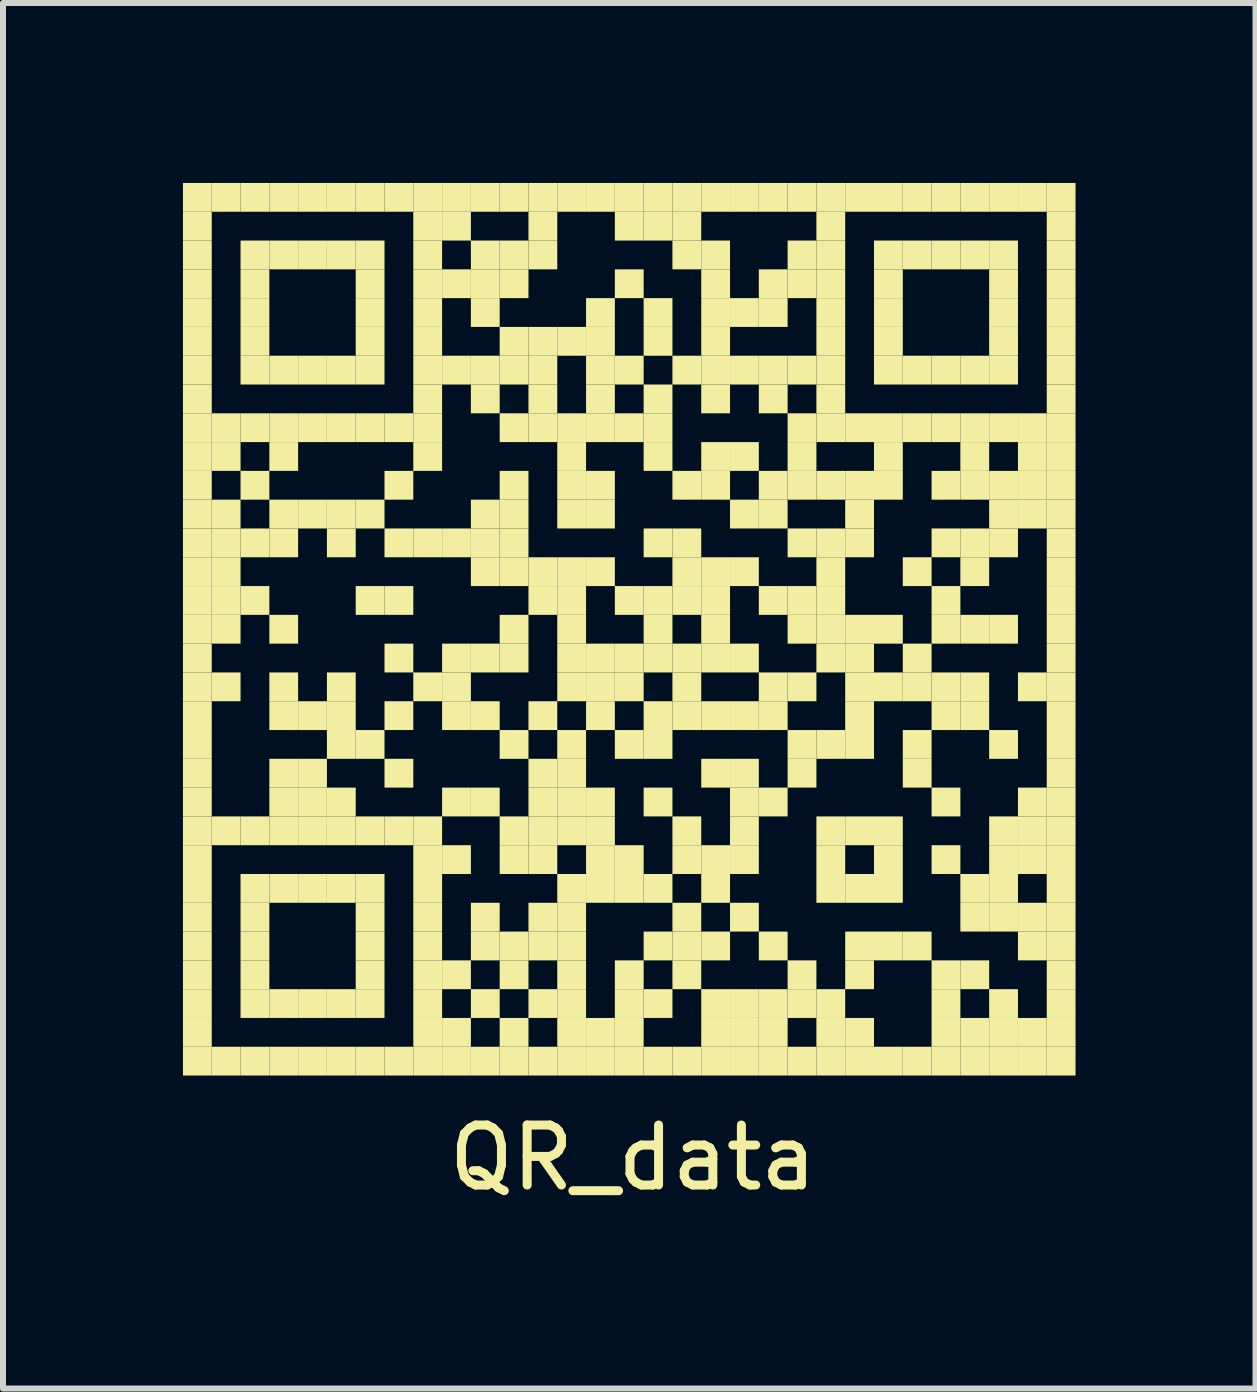
<source format=kicad_pcb>
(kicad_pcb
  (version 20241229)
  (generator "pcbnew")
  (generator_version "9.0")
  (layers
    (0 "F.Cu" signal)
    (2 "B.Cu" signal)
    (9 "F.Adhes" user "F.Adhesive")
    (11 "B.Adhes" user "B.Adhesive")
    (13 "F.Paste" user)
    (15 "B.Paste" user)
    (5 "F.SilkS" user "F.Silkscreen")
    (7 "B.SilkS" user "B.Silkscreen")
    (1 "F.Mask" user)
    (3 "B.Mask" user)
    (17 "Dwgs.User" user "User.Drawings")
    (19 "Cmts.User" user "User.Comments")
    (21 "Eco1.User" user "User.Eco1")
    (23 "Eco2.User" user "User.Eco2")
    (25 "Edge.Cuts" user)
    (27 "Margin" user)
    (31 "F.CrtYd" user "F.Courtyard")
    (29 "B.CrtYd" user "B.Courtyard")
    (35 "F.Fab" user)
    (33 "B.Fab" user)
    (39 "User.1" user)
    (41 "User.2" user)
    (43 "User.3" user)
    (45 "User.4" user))
  (footprint "QR_data"
    (layer "F.Cu")
    (at 7.5 7.5)
    (property "Reference" "QR_data" (at 0 8.75 0) (layer "F.SilkS") (effects (font (size 1 1) (thickness 0.15))))
    (attr exclude_from_pos_files exclude_from_bom allow_missing_courtyard)
    (fp_poly (pts (xy -7.5 -7.5) (xy -7.5 -7.02) (xy -7.02 -7.02) (xy -7.02 -7.5)) (stroke (width 0) (type solid)) (fill yes) (layer "F.SilkS"))
    (fp_poly (pts (xy -7.5 -7.02) (xy -7.5 -6.54) (xy -7.02 -6.54) (xy -7.02 -7.02)) (stroke (width 0) (type solid)) (fill yes) (layer "F.SilkS"))
    (fp_poly (pts (xy -7.5 -6.54) (xy -7.5 -6.06) (xy -7.02 -6.06) (xy -7.02 -6.54)) (stroke (width 0) (type solid)) (fill yes) (layer "F.SilkS"))
    (fp_poly (pts (xy -7.5 -6.06) (xy -7.5 -5.58) (xy -7.02 -5.58) (xy -7.02 -6.06)) (stroke (width 0) (type solid)) (fill yes) (layer "F.SilkS"))
    (fp_poly (pts (xy -7.5 -5.58) (xy -7.5 -5.1) (xy -7.02 -5.1) (xy -7.02 -5.58)) (stroke (width 0) (type solid)) (fill yes) (layer "F.SilkS"))
    (fp_poly (pts (xy -7.5 -5.1) (xy -7.5 -4.62) (xy -7.02 -4.62) (xy -7.02 -5.1)) (stroke (width 0) (type solid)) (fill yes) (layer "F.SilkS"))
    (fp_poly (pts (xy -7.5 -4.62) (xy -7.5 -4.14) (xy -7.02 -4.14) (xy -7.02 -4.62)) (stroke (width 0) (type solid)) (fill yes) (layer "F.SilkS"))
    (fp_poly (pts (xy -7.5 -4.14) (xy -7.5 -3.66) (xy -7.02 -3.66) (xy -7.02 -4.14)) (stroke (width 0) (type solid)) (fill yes) (layer "F.SilkS"))
    (fp_poly (pts (xy -7.5 -3.66) (xy -7.5 -3.18) (xy -7.02 -3.18) (xy -7.02 -3.66)) (stroke (width 0) (type solid)) (fill yes) (layer "F.SilkS"))
    (fp_poly (pts (xy -7.5 -3.18) (xy -7.5 -2.7) (xy -7.02 -2.7) (xy -7.02 -3.18)) (stroke (width 0) (type solid)) (fill yes) (layer "F.SilkS"))
    (fp_poly (pts (xy -7.5 -2.7) (xy -7.5 -2.22) (xy -7.02 -2.22) (xy -7.02 -2.7)) (stroke (width 0) (type solid)) (fill yes) (layer "F.SilkS"))
    (fp_poly (pts (xy -7.5 -2.22) (xy -7.5 -1.74) (xy -7.02 -1.74) (xy -7.02 -2.22)) (stroke (width 0) (type solid)) (fill yes) (layer "F.SilkS"))
    (fp_poly (pts (xy -7.5 -1.74) (xy -7.5 -1.26) (xy -7.02 -1.26) (xy -7.02 -1.74)) (stroke (width 0) (type solid)) (fill yes) (layer "F.SilkS"))
    (fp_poly (pts (xy -7.5 -1.26) (xy -7.5 -0.78) (xy -7.02 -0.78) (xy -7.02 -1.26)) (stroke (width 0) (type solid)) (fill yes) (layer "F.SilkS"))
    (fp_poly (pts (xy -7.5 -0.78) (xy -7.5 -0.3) (xy -7.02 -0.3) (xy -7.02 -0.78)) (stroke (width 0) (type solid)) (fill yes) (layer "F.SilkS"))
    (fp_poly (pts (xy -7.5 -0.3) (xy -7.5 0.18) (xy -7.02 0.18) (xy -7.02 -0.3)) (stroke (width 0) (type solid)) (fill yes) (layer "F.SilkS"))
    (fp_poly (pts (xy -7.5 0.18) (xy -7.5 0.66) (xy -7.02 0.66) (xy -7.02 0.18)) (stroke (width 0) (type solid)) (fill yes) (layer "F.SilkS"))
    (fp_poly (pts (xy -7.5 0.66) (xy -7.5 1.14) (xy -7.02 1.14) (xy -7.02 0.66)) (stroke (width 0) (type solid)) (fill yes) (layer "F.SilkS"))
    (fp_poly (pts (xy -7.5 1.14) (xy -7.5 1.62) (xy -7.02 1.62) (xy -7.02 1.14)) (stroke (width 0) (type solid)) (fill yes) (layer "F.SilkS"))
    (fp_poly (pts (xy -7.5 1.62) (xy -7.5 2.1) (xy -7.02 2.1) (xy -7.02 1.62)) (stroke (width 0) (type solid)) (fill yes) (layer "F.SilkS"))
    (fp_poly (pts (xy -7.5 2.1) (xy -7.5 2.58) (xy -7.02 2.58) (xy -7.02 2.1)) (stroke (width 0) (type solid)) (fill yes) (layer "F.SilkS"))
    (fp_poly (pts (xy -7.5 2.58) (xy -7.5 3.06) (xy -7.02 3.06) (xy -7.02 2.58)) (stroke (width 0) (type solid)) (fill yes) (layer "F.SilkS"))
    (fp_poly (pts (xy -7.5 3.06) (xy -7.5 3.54) (xy -7.02 3.54) (xy -7.02 3.06)) (stroke (width 0) (type solid)) (fill yes) (layer "F.SilkS"))
    (fp_poly (pts (xy -7.5 3.54) (xy -7.5 4.02) (xy -7.02 4.02) (xy -7.02 3.54)) (stroke (width 0) (type solid)) (fill yes) (layer "F.SilkS"))
    (fp_poly (pts (xy -7.5 4.02) (xy -7.5 4.5) (xy -7.02 4.5) (xy -7.02 4.02)) (stroke (width 0) (type solid)) (fill yes) (layer "F.SilkS"))
    (fp_poly (pts (xy -7.5 4.5) (xy -7.5 4.98) (xy -7.02 4.98) (xy -7.02 4.5)) (stroke (width 0) (type solid)) (fill yes) (layer "F.SilkS"))
    (fp_poly (pts (xy -7.5 4.98) (xy -7.5 5.46) (xy -7.02 5.46) (xy -7.02 4.98)) (stroke (width 0) (type solid)) (fill yes) (layer "F.SilkS"))
    (fp_poly (pts (xy -7.5 5.46) (xy -7.5 5.94) (xy -7.02 5.94) (xy -7.02 5.46)) (stroke (width 0) (type solid)) (fill yes) (layer "F.SilkS"))
    (fp_poly (pts (xy -7.5 5.94) (xy -7.5 6.42) (xy -7.02 6.42) (xy -7.02 5.94)) (stroke (width 0) (type solid)) (fill yes) (layer "F.SilkS"))
    (fp_poly (pts (xy -7.5 6.42) (xy -7.5 6.9) (xy -7.02 6.9) (xy -7.02 6.42)) (stroke (width 0) (type solid)) (fill yes) (layer "F.SilkS"))
    (fp_poly (pts (xy -7.5 6.9) (xy -7.5 7.38) (xy -7.02 7.38) (xy -7.02 6.9)) (stroke (width 0) (type solid)) (fill yes) (layer "F.SilkS"))
    (fp_poly (pts (xy -7.02 -7.5) (xy -7.02 -7.02) (xy -6.54 -7.02) (xy -6.54 -7.5)) (stroke (width 0) (type solid)) (fill yes) (layer "F.SilkS"))
    (fp_poly (pts (xy -7.02 -3.66) (xy -7.02 -3.18) (xy -6.54 -3.18) (xy -6.54 -3.66)) (stroke (width 0) (type solid)) (fill yes) (layer "F.SilkS"))
    (fp_poly (pts (xy -7.02 -3.18) (xy -7.02 -2.7) (xy -6.54 -2.7) (xy -6.54 -3.18)) (stroke (width 0) (type solid)) (fill yes) (layer "F.SilkS"))
    (fp_poly (pts (xy -7.02 -2.22) (xy -7.02 -1.74) (xy -6.54 -1.74) (xy -6.54 -2.22)) (stroke (width 0) (type solid)) (fill yes) (layer "F.SilkS"))
    (fp_poly (pts (xy -7.02 -1.74) (xy -7.02 -1.26) (xy -6.54 -1.26) (xy -6.54 -1.74)) (stroke (width 0) (type solid)) (fill yes) (layer "F.SilkS"))
    (fp_poly (pts (xy -7.02 -1.26) (xy -7.02 -0.78) (xy -6.54 -0.78) (xy -6.54 -1.26)) (stroke (width 0) (type solid)) (fill yes) (layer "F.SilkS"))
    (fp_poly (pts (xy -7.02 -0.78) (xy -7.02 -0.3) (xy -6.54 -0.3) (xy -6.54 -0.78)) (stroke (width 0) (type solid)) (fill yes) (layer "F.SilkS"))
    (fp_poly (pts (xy -7.02 -0.3) (xy -7.02 0.18) (xy -6.54 0.18) (xy -6.54 -0.3)) (stroke (width 0) (type solid)) (fill yes) (layer "F.SilkS"))
    (fp_poly (pts (xy -7.02 0.66) (xy -7.02 1.14) (xy -6.54 1.14) (xy -6.54 0.66)) (stroke (width 0) (type solid)) (fill yes) (layer "F.SilkS"))
    (fp_poly (pts (xy -7.02 3.06) (xy -7.02 3.54) (xy -6.54 3.54) (xy -6.54 3.06)) (stroke (width 0) (type solid)) (fill yes) (layer "F.SilkS"))
    (fp_poly (pts (xy -7.02 6.9) (xy -7.02 7.38) (xy -6.54 7.38) (xy -6.54 6.9)) (stroke (width 0) (type solid)) (fill yes) (layer "F.SilkS"))
    (fp_poly (pts (xy -6.54 -7.5) (xy -6.54 -7.02) (xy -6.06 -7.02) (xy -6.06 -7.5)) (stroke (width 0) (type solid)) (fill yes) (layer "F.SilkS"))
    (fp_poly (pts (xy -6.54 -6.54) (xy -6.54 -6.06) (xy -6.06 -6.06) (xy -6.06 -6.54)) (stroke (width 0) (type solid)) (fill yes) (layer "F.SilkS"))
    (fp_poly (pts (xy -6.54 -6.06) (xy -6.54 -5.58) (xy -6.06 -5.58) (xy -6.06 -6.06)) (stroke (width 0) (type solid)) (fill yes) (layer "F.SilkS"))
    (fp_poly (pts (xy -6.54 -5.58) (xy -6.54 -5.1) (xy -6.06 -5.1) (xy -6.06 -5.58)) (stroke (width 0) (type solid)) (fill yes) (layer "F.SilkS"))
    (fp_poly (pts (xy -6.54 -5.1) (xy -6.54 -4.62) (xy -6.06 -4.62) (xy -6.06 -5.1)) (stroke (width 0) (type solid)) (fill yes) (layer "F.SilkS"))
    (fp_poly (pts (xy -6.54 -4.62) (xy -6.54 -4.14) (xy -6.06 -4.14) (xy -6.06 -4.62)) (stroke (width 0) (type solid)) (fill yes) (layer "F.SilkS"))
    (fp_poly (pts (xy -6.54 -3.66) (xy -6.54 -3.18) (xy -6.06 -3.18) (xy -6.06 -3.66)) (stroke (width 0) (type solid)) (fill yes) (layer "F.SilkS"))
    (fp_poly (pts (xy -6.54 -2.7) (xy -6.54 -2.22) (xy -6.06 -2.22) (xy -6.06 -2.7)) (stroke (width 0) (type solid)) (fill yes) (layer "F.SilkS"))
    (fp_poly (pts (xy -6.54 -1.74) (xy -6.54 -1.26) (xy -6.06 -1.26) (xy -6.06 -1.74)) (stroke (width 0) (type solid)) (fill yes) (layer "F.SilkS"))
    (fp_poly (pts (xy -6.54 -0.78) (xy -6.54 -0.3) (xy -6.06 -0.3) (xy -6.06 -0.78)) (stroke (width 0) (type solid)) (fill yes) (layer "F.SilkS"))
    (fp_poly (pts (xy -6.54 3.06) (xy -6.54 3.54) (xy -6.06 3.54) (xy -6.06 3.06)) (stroke (width 0) (type solid)) (fill yes) (layer "F.SilkS"))
    (fp_poly (pts (xy -6.54 4.02) (xy -6.54 4.5) (xy -6.06 4.5) (xy -6.06 4.02)) (stroke (width 0) (type solid)) (fill yes) (layer "F.SilkS"))
    (fp_poly (pts (xy -6.54 4.5) (xy -6.54 4.98) (xy -6.06 4.98) (xy -6.06 4.5)) (stroke (width 0) (type solid)) (fill yes) (layer "F.SilkS"))
    (fp_poly (pts (xy -6.54 4.98) (xy -6.54 5.46) (xy -6.06 5.46) (xy -6.06 4.98)) (stroke (width 0) (type solid)) (fill yes) (layer "F.SilkS"))
    (fp_poly (pts (xy -6.54 5.46) (xy -6.54 5.94) (xy -6.06 5.94) (xy -6.06 5.46)) (stroke (width 0) (type solid)) (fill yes) (layer "F.SilkS"))
    (fp_poly (pts (xy -6.54 5.94) (xy -6.54 6.42) (xy -6.06 6.42) (xy -6.06 5.94)) (stroke (width 0) (type solid)) (fill yes) (layer "F.SilkS"))
    (fp_poly (pts (xy -6.54 6.9) (xy -6.54 7.38) (xy -6.06 7.38) (xy -6.06 6.9)) (stroke (width 0) (type solid)) (fill yes) (layer "F.SilkS"))
    (fp_poly (pts (xy -6.06 -7.5) (xy -6.06 -7.02) (xy -5.58 -7.02) (xy -5.58 -7.5)) (stroke (width 0) (type solid)) (fill yes) (layer "F.SilkS"))
    (fp_poly (pts (xy -6.06 -6.54) (xy -6.06 -6.06) (xy -5.58 -6.06) (xy -5.58 -6.54)) (stroke (width 0) (type solid)) (fill yes) (layer "F.SilkS"))
    (fp_poly (pts (xy -6.06 -4.62) (xy -6.06 -4.14) (xy -5.58 -4.14) (xy -5.58 -4.62)) (stroke (width 0) (type solid)) (fill yes) (layer "F.SilkS"))
    (fp_poly (pts (xy -6.06 -3.66) (xy -6.06 -3.18) (xy -5.58 -3.18) (xy -5.58 -3.66)) (stroke (width 0) (type solid)) (fill yes) (layer "F.SilkS"))
    (fp_poly (pts (xy -6.06 -3.18) (xy -6.06 -2.7) (xy -5.58 -2.7) (xy -5.58 -3.18)) (stroke (width 0) (type solid)) (fill yes) (layer "F.SilkS"))
    (fp_poly (pts (xy -6.06 -2.22) (xy -6.06 -1.74) (xy -5.58 -1.74) (xy -5.58 -2.22)) (stroke (width 0) (type solid)) (fill yes) (layer "F.SilkS"))
    (fp_poly (pts (xy -6.06 -1.74) (xy -6.06 -1.26) (xy -5.58 -1.26) (xy -5.58 -1.74)) (stroke (width 0) (type solid)) (fill yes) (layer "F.SilkS"))
    (fp_poly (pts (xy -6.06 -0.3) (xy -6.06 0.18) (xy -5.58 0.18) (xy -5.58 -0.3)) (stroke (width 0) (type solid)) (fill yes) (layer "F.SilkS"))
    (fp_poly (pts (xy -6.06 0.66) (xy -6.06 1.14) (xy -5.58 1.14) (xy -5.58 0.66)) (stroke (width 0) (type solid)) (fill yes) (layer "F.SilkS"))
    (fp_poly (pts (xy -6.06 1.14) (xy -6.06 1.62) (xy -5.58 1.62) (xy -5.58 1.14)) (stroke (width 0) (type solid)) (fill yes) (layer "F.SilkS"))
    (fp_poly (pts (xy -6.06 2.1) (xy -6.06 2.58) (xy -5.58 2.58) (xy -5.58 2.1)) (stroke (width 0) (type solid)) (fill yes) (layer "F.SilkS"))
    (fp_poly (pts (xy -6.06 2.58) (xy -6.06 3.06) (xy -5.58 3.06) (xy -5.58 2.58)) (stroke (width 0) (type solid)) (fill yes) (layer "F.SilkS"))
    (fp_poly (pts (xy -6.06 3.06) (xy -6.06 3.54) (xy -5.58 3.54) (xy -5.58 3.06)) (stroke (width 0) (type solid)) (fill yes) (layer "F.SilkS"))
    (fp_poly (pts (xy -6.06 4.02) (xy -6.06 4.5) (xy -5.58 4.5) (xy -5.58 4.02)) (stroke (width 0) (type solid)) (fill yes) (layer "F.SilkS"))
    (fp_poly (pts (xy -6.06 5.94) (xy -6.06 6.42) (xy -5.58 6.42) (xy -5.58 5.94)) (stroke (width 0) (type solid)) (fill yes) (layer "F.SilkS"))
    (fp_poly (pts (xy -6.06 6.9) (xy -6.06 7.38) (xy -5.58 7.38) (xy -5.58 6.9)) (stroke (width 0) (type solid)) (fill yes) (layer "F.SilkS"))
    (fp_poly (pts (xy -5.58 -7.5) (xy -5.58 -7.02) (xy -5.1 -7.02) (xy -5.1 -7.5)) (stroke (width 0) (type solid)) (fill yes) (layer "F.SilkS"))
    (fp_poly (pts (xy -5.58 -6.54) (xy -5.58 -6.06) (xy -5.1 -6.06) (xy -5.1 -6.54)) (stroke (width 0) (type solid)) (fill yes) (layer "F.SilkS"))
    (fp_poly (pts (xy -5.58 -4.62) (xy -5.58 -4.14) (xy -5.1 -4.14) (xy -5.1 -4.62)) (stroke (width 0) (type solid)) (fill yes) (layer "F.SilkS"))
    (fp_poly (pts (xy -5.58 -3.66) (xy -5.58 -3.18) (xy -5.1 -3.18) (xy -5.1 -3.66)) (stroke (width 0) (type solid)) (fill yes) (layer "F.SilkS"))
    (fp_poly (pts (xy -5.58 -2.22) (xy -5.58 -1.74) (xy -5.1 -1.74) (xy -5.1 -2.22)) (stroke (width 0) (type solid)) (fill yes) (layer "F.SilkS"))
    (fp_poly (pts (xy -5.58 1.14) (xy -5.58 1.62) (xy -5.1 1.62) (xy -5.1 1.14)) (stroke (width 0) (type solid)) (fill yes) (layer "F.SilkS"))
    (fp_poly (pts (xy -5.58 2.1) (xy -5.58 2.58) (xy -5.1 2.58) (xy -5.1 2.1)) (stroke (width 0) (type solid)) (fill yes) (layer "F.SilkS"))
    (fp_poly (pts (xy -5.58 2.58) (xy -5.58 3.06) (xy -5.1 3.06) (xy -5.1 2.58)) (stroke (width 0) (type solid)) (fill yes) (layer "F.SilkS"))
    (fp_poly (pts (xy -5.58 3.06) (xy -5.58 3.54) (xy -5.1 3.54) (xy -5.1 3.06)) (stroke (width 0) (type solid)) (fill yes) (layer "F.SilkS"))
    (fp_poly (pts (xy -5.58 4.02) (xy -5.58 4.5) (xy -5.1 4.5) (xy -5.1 4.02)) (stroke (width 0) (type solid)) (fill yes) (layer "F.SilkS"))
    (fp_poly (pts (xy -5.58 5.94) (xy -5.58 6.42) (xy -5.1 6.42) (xy -5.1 5.94)) (stroke (width 0) (type solid)) (fill yes) (layer "F.SilkS"))
    (fp_poly (pts (xy -5.58 6.9) (xy -5.58 7.38) (xy -5.1 7.38) (xy -5.1 6.9)) (stroke (width 0) (type solid)) (fill yes) (layer "F.SilkS"))
    (fp_poly (pts (xy -5.1 -7.5) (xy -5.1 -7.02) (xy -4.62 -7.02) (xy -4.62 -7.5)) (stroke (width 0) (type solid)) (fill yes) (layer "F.SilkS"))
    (fp_poly (pts (xy -5.1 -6.54) (xy -5.1 -6.06) (xy -4.62 -6.06) (xy -4.62 -6.54)) (stroke (width 0) (type solid)) (fill yes) (layer "F.SilkS"))
    (fp_poly (pts (xy -5.1 -4.62) (xy -5.1 -4.14) (xy -4.62 -4.14) (xy -4.62 -4.62)) (stroke (width 0) (type solid)) (fill yes) (layer "F.SilkS"))
    (fp_poly (pts (xy -5.1 -3.66) (xy -5.1 -3.18) (xy -4.62 -3.18) (xy -4.62 -3.66)) (stroke (width 0) (type solid)) (fill yes) (layer "F.SilkS"))
    (fp_poly (pts (xy -5.1 -2.22) (xy -5.1 -1.74) (xy -4.62 -1.74) (xy -4.62 -2.22)) (stroke (width 0) (type solid)) (fill yes) (layer "F.SilkS"))
    (fp_poly (pts (xy -5.1 -1.74) (xy -5.1 -1.26) (xy -4.62 -1.26) (xy -4.62 -1.74)) (stroke (width 0) (type solid)) (fill yes) (layer "F.SilkS"))
    (fp_poly (pts (xy -5.1 0.66) (xy -5.1 1.14) (xy -4.62 1.14) (xy -4.62 0.66)) (stroke (width 0) (type solid)) (fill yes) (layer "F.SilkS"))
    (fp_poly (pts (xy -5.1 1.14) (xy -5.1 1.62) (xy -4.62 1.62) (xy -4.62 1.14)) (stroke (width 0) (type solid)) (fill yes) (layer "F.SilkS"))
    (fp_poly (pts (xy -5.1 1.62) (xy -5.1 2.1) (xy -4.62 2.1) (xy -4.62 1.62)) (stroke (width 0) (type solid)) (fill yes) (layer "F.SilkS"))
    (fp_poly (pts (xy -5.1 2.58) (xy -5.1 3.06) (xy -4.62 3.06) (xy -4.62 2.58)) (stroke (width 0) (type solid)) (fill yes) (layer "F.SilkS"))
    (fp_poly (pts (xy -5.1 3.06) (xy -5.1 3.54) (xy -4.62 3.54) (xy -4.62 3.06)) (stroke (width 0) (type solid)) (fill yes) (layer "F.SilkS"))
    (fp_poly (pts (xy -5.1 4.02) (xy -5.1 4.5) (xy -4.62 4.5) (xy -4.62 4.02)) (stroke (width 0) (type solid)) (fill yes) (layer "F.SilkS"))
    (fp_poly (pts (xy -5.1 5.94) (xy -5.1 6.42) (xy -4.62 6.42) (xy -4.62 5.94)) (stroke (width 0) (type solid)) (fill yes) (layer "F.SilkS"))
    (fp_poly (pts (xy -5.1 6.9) (xy -5.1 7.38) (xy -4.62 7.38) (xy -4.62 6.9)) (stroke (width 0) (type solid)) (fill yes) (layer "F.SilkS"))
    (fp_poly (pts (xy -4.62 -7.5) (xy -4.62 -7.02) (xy -4.14 -7.02) (xy -4.14 -7.5)) (stroke (width 0) (type solid)) (fill yes) (layer "F.SilkS"))
    (fp_poly (pts (xy -4.62 -6.54) (xy -4.62 -6.06) (xy -4.14 -6.06) (xy -4.14 -6.54)) (stroke (width 0) (type solid)) (fill yes) (layer "F.SilkS"))
    (fp_poly (pts (xy -4.62 -6.06) (xy -4.62 -5.58) (xy -4.14 -5.58) (xy -4.14 -6.06)) (stroke (width 0) (type solid)) (fill yes) (layer "F.SilkS"))
    (fp_poly (pts (xy -4.62 -5.58) (xy -4.62 -5.1) (xy -4.14 -5.1) (xy -4.14 -5.58)) (stroke (width 0) (type solid)) (fill yes) (layer "F.SilkS"))
    (fp_poly (pts (xy -4.62 -5.1) (xy -4.62 -4.62) (xy -4.14 -4.62) (xy -4.14 -5.1)) (stroke (width 0) (type solid)) (fill yes) (layer "F.SilkS"))
    (fp_poly (pts (xy -4.62 -4.62) (xy -4.62 -4.14) (xy -4.14 -4.14) (xy -4.14 -4.62)) (stroke (width 0) (type solid)) (fill yes) (layer "F.SilkS"))
    (fp_poly (pts (xy -4.62 -3.66) (xy -4.62 -3.18) (xy -4.14 -3.18) (xy -4.14 -3.66)) (stroke (width 0) (type solid)) (fill yes) (layer "F.SilkS"))
    (fp_poly (pts (xy -4.62 -2.22) (xy -4.62 -1.74) (xy -4.14 -1.74) (xy -4.14 -2.22)) (stroke (width 0) (type solid)) (fill yes) (layer "F.SilkS"))
    (fp_poly (pts (xy -4.62 -0.78) (xy -4.62 -0.3) (xy -4.14 -0.3) (xy -4.14 -0.78)) (stroke (width 0) (type solid)) (fill yes) (layer "F.SilkS"))
    (fp_poly (pts (xy -4.62 1.62) (xy -4.62 2.1) (xy -4.14 2.1) (xy -4.14 1.62)) (stroke (width 0) (type solid)) (fill yes) (layer "F.SilkS"))
    (fp_poly (pts (xy -4.62 3.06) (xy -4.62 3.54) (xy -4.14 3.54) (xy -4.14 3.06)) (stroke (width 0) (type solid)) (fill yes) (layer "F.SilkS"))
    (fp_poly (pts (xy -4.62 4.02) (xy -4.62 4.5) (xy -4.14 4.5) (xy -4.14 4.02)) (stroke (width 0) (type solid)) (fill yes) (layer "F.SilkS"))
    (fp_poly (pts (xy -4.62 4.5) (xy -4.62 4.98) (xy -4.14 4.98) (xy -4.14 4.5)) (stroke (width 0) (type solid)) (fill yes) (layer "F.SilkS"))
    (fp_poly (pts (xy -4.62 4.98) (xy -4.62 5.46) (xy -4.14 5.46) (xy -4.14 4.98)) (stroke (width 0) (type solid)) (fill yes) (layer "F.SilkS"))
    (fp_poly (pts (xy -4.62 5.46) (xy -4.62 5.94) (xy -4.14 5.94) (xy -4.14 5.46)) (stroke (width 0) (type solid)) (fill yes) (layer "F.SilkS"))
    (fp_poly (pts (xy -4.62 5.94) (xy -4.62 6.42) (xy -4.14 6.42) (xy -4.14 5.94)) (stroke (width 0) (type solid)) (fill yes) (layer "F.SilkS"))
    (fp_poly (pts (xy -4.62 6.9) (xy -4.62 7.38) (xy -4.14 7.38) (xy -4.14 6.9)) (stroke (width 0) (type solid)) (fill yes) (layer "F.SilkS"))
    (fp_poly (pts (xy -4.14 -7.5) (xy -4.14 -7.02) (xy -3.66 -7.02) (xy -3.66 -7.5)) (stroke (width 0) (type solid)) (fill yes) (layer "F.SilkS"))
    (fp_poly (pts (xy -4.14 -3.66) (xy -4.14 -3.18) (xy -3.66 -3.18) (xy -3.66 -3.66)) (stroke (width 0) (type solid)) (fill yes) (layer "F.SilkS"))
    (fp_poly (pts (xy -4.14 -2.7) (xy -4.14 -2.22) (xy -3.66 -2.22) (xy -3.66 -2.7)) (stroke (width 0) (type solid)) (fill yes) (layer "F.SilkS"))
    (fp_poly (pts (xy -4.14 -1.74) (xy -4.14 -1.26) (xy -3.66 -1.26) (xy -3.66 -1.74)) (stroke (width 0) (type solid)) (fill yes) (layer "F.SilkS"))
    (fp_poly (pts (xy -4.14 -0.78) (xy -4.14 -0.3) (xy -3.66 -0.3) (xy -3.66 -0.78)) (stroke (width 0) (type solid)) (fill yes) (layer "F.SilkS"))
    (fp_poly (pts (xy -4.14 0.18) (xy -4.14 0.66) (xy -3.66 0.66) (xy -3.66 0.18)) (stroke (width 0) (type solid)) (fill yes) (layer "F.SilkS"))
    (fp_poly (pts (xy -4.14 1.14) (xy -4.14 1.62) (xy -3.66 1.62) (xy -3.66 1.14)) (stroke (width 0) (type solid)) (fill yes) (layer "F.SilkS"))
    (fp_poly (pts (xy -4.14 2.1) (xy -4.14 2.58) (xy -3.66 2.58) (xy -3.66 2.1)) (stroke (width 0) (type solid)) (fill yes) (layer "F.SilkS"))
    (fp_poly (pts (xy -4.14 3.06) (xy -4.14 3.54) (xy -3.66 3.54) (xy -3.66 3.06)) (stroke (width 0) (type solid)) (fill yes) (layer "F.SilkS"))
    (fp_poly (pts (xy -4.14 6.9) (xy -4.14 7.38) (xy -3.66 7.38) (xy -3.66 6.9)) (stroke (width 0) (type solid)) (fill yes) (layer "F.SilkS"))
    (fp_poly (pts (xy -3.66 -7.5) (xy -3.66 -7.02) (xy -3.18 -7.02) (xy -3.18 -7.5)) (stroke (width 0) (type solid)) (fill yes) (layer "F.SilkS"))
    (fp_poly (pts (xy -3.66 -7.02) (xy -3.66 -6.54) (xy -3.18 -6.54) (xy -3.18 -7.02)) (stroke (width 0) (type solid)) (fill yes) (layer "F.SilkS"))
    (fp_poly (pts (xy -3.66 -6.54) (xy -3.66 -6.06) (xy -3.18 -6.06) (xy -3.18 -6.54)) (stroke (width 0) (type solid)) (fill yes) (layer "F.SilkS"))
    (fp_poly (pts (xy -3.66 -6.06) (xy -3.66 -5.58) (xy -3.18 -5.58) (xy -3.18 -6.06)) (stroke (width 0) (type solid)) (fill yes) (layer "F.SilkS"))
    (fp_poly (pts (xy -3.66 -5.58) (xy -3.66 -5.1) (xy -3.18 -5.1) (xy -3.18 -5.58)) (stroke (width 0) (type solid)) (fill yes) (layer "F.SilkS"))
    (fp_poly (pts (xy -3.66 -5.1) (xy -3.66 -4.62) (xy -3.18 -4.62) (xy -3.18 -5.1)) (stroke (width 0) (type solid)) (fill yes) (layer "F.SilkS"))
    (fp_poly (pts (xy -3.66 -4.62) (xy -3.66 -4.14) (xy -3.18 -4.14) (xy -3.18 -4.62)) (stroke (width 0) (type solid)) (fill yes) (layer "F.SilkS"))
    (fp_poly (pts (xy -3.66 -4.14) (xy -3.66 -3.66) (xy -3.18 -3.66) (xy -3.18 -4.14)) (stroke (width 0) (type solid)) (fill yes) (layer "F.SilkS"))
    (fp_poly (pts (xy -3.66 -3.66) (xy -3.66 -3.18) (xy -3.18 -3.18) (xy -3.18 -3.66)) (stroke (width 0) (type solid)) (fill yes) (layer "F.SilkS"))
    (fp_poly (pts (xy -3.66 -3.18) (xy -3.66 -2.7) (xy -3.18 -2.7) (xy -3.18 -3.18)) (stroke (width 0) (type solid)) (fill yes) (layer "F.SilkS"))
    (fp_poly (pts (xy -3.66 -1.74) (xy -3.66 -1.26) (xy -3.18 -1.26) (xy -3.18 -1.74)) (stroke (width 0) (type solid)) (fill yes) (layer "F.SilkS"))
    (fp_poly (pts (xy -3.66 0.66) (xy -3.66 1.14) (xy -3.18 1.14) (xy -3.18 0.66)) (stroke (width 0) (type solid)) (fill yes) (layer "F.SilkS"))
    (fp_poly (pts (xy -3.66 3.06) (xy -3.66 3.54) (xy -3.18 3.54) (xy -3.18 3.06)) (stroke (width 0) (type solid)) (fill yes) (layer "F.SilkS"))
    (fp_poly (pts (xy -3.66 3.54) (xy -3.66 4.02) (xy -3.18 4.02) (xy -3.18 3.54)) (stroke (width 0) (type solid)) (fill yes) (layer "F.SilkS"))
    (fp_poly (pts (xy -3.66 4.02) (xy -3.66 4.5) (xy -3.18 4.5) (xy -3.18 4.02)) (stroke (width 0) (type solid)) (fill yes) (layer "F.SilkS"))
    (fp_poly (pts (xy -3.66 4.5) (xy -3.66 4.98) (xy -3.18 4.98) (xy -3.18 4.5)) (stroke (width 0) (type solid)) (fill yes) (layer "F.SilkS"))
    (fp_poly (pts (xy -3.66 4.98) (xy -3.66 5.46) (xy -3.18 5.46) (xy -3.18 4.98)) (stroke (width 0) (type solid)) (fill yes) (layer "F.SilkS"))
    (fp_poly (pts (xy -3.66 5.46) (xy -3.66 5.94) (xy -3.18 5.94) (xy -3.18 5.46)) (stroke (width 0) (type solid)) (fill yes) (layer "F.SilkS"))
    (fp_poly (pts (xy -3.66 5.94) (xy -3.66 6.42) (xy -3.18 6.42) (xy -3.18 5.94)) (stroke (width 0) (type solid)) (fill yes) (layer "F.SilkS"))
    (fp_poly (pts (xy -3.66 6.42) (xy -3.66 6.9) (xy -3.18 6.9) (xy -3.18 6.42)) (stroke (width 0) (type solid)) (fill yes) (layer "F.SilkS"))
    (fp_poly (pts (xy -3.66 6.9) (xy -3.66 7.38) (xy -3.18 7.38) (xy -3.18 6.9)) (stroke (width 0) (type solid)) (fill yes) (layer "F.SilkS"))
    (fp_poly (pts (xy -3.18 -7.5) (xy -3.18 -7.02) (xy -2.7 -7.02) (xy -2.7 -7.5)) (stroke (width 0) (type solid)) (fill yes) (layer "F.SilkS"))
    (fp_poly (pts (xy -3.18 -7.02) (xy -3.18 -6.54) (xy -2.7 -6.54) (xy -2.7 -7.02)) (stroke (width 0) (type solid)) (fill yes) (layer "F.SilkS"))
    (fp_poly (pts (xy -3.18 -6.06) (xy -3.18 -5.58) (xy -2.7 -5.58) (xy -2.7 -6.06)) (stroke (width 0) (type solid)) (fill yes) (layer "F.SilkS"))
    (fp_poly (pts (xy -3.18 -4.62) (xy -3.18 -4.14) (xy -2.7 -4.14) (xy -2.7 -4.62)) (stroke (width 0) (type solid)) (fill yes) (layer "F.SilkS"))
    (fp_poly (pts (xy -3.18 -1.74) (xy -3.18 -1.26) (xy -2.7 -1.26) (xy -2.7 -1.74)) (stroke (width 0) (type solid)) (fill yes) (layer "F.SilkS"))
    (fp_poly (pts (xy -3.18 0.18) (xy -3.18 0.66) (xy -2.7 0.66) (xy -2.7 0.18)) (stroke (width 0) (type solid)) (fill yes) (layer "F.SilkS"))
    (fp_poly (pts (xy -3.18 0.66) (xy -3.18 1.14) (xy -2.7 1.14) (xy -2.7 0.66)) (stroke (width 0) (type solid)) (fill yes) (layer "F.SilkS"))
    (fp_poly (pts (xy -3.18 1.14) (xy -3.18 1.62) (xy -2.7 1.62) (xy -2.7 1.14)) (stroke (width 0) (type solid)) (fill yes) (layer "F.SilkS"))
    (fp_poly (pts (xy -3.18 2.58) (xy -3.18 3.06) (xy -2.7 3.06) (xy -2.7 2.58)) (stroke (width 0) (type solid)) (fill yes) (layer "F.SilkS"))
    (fp_poly (pts (xy -3.18 3.54) (xy -3.18 4.02) (xy -2.7 4.02) (xy -2.7 3.54)) (stroke (width 0) (type solid)) (fill yes) (layer "F.SilkS"))
    (fp_poly (pts (xy -3.18 5.46) (xy -3.18 5.94) (xy -2.7 5.94) (xy -2.7 5.46)) (stroke (width 0) (type solid)) (fill yes) (layer "F.SilkS"))
    (fp_poly (pts (xy -3.18 6.42) (xy -3.18 6.9) (xy -2.7 6.9) (xy -2.7 6.42)) (stroke (width 0) (type solid)) (fill yes) (layer "F.SilkS"))
    (fp_poly (pts (xy -3.18 6.9) (xy -3.18 7.38) (xy -2.7 7.38) (xy -2.7 6.9)) (stroke (width 0) (type solid)) (fill yes) (layer "F.SilkS"))
    (fp_poly (pts (xy -2.7 -7.5) (xy -2.7 -7.02) (xy -2.22 -7.02) (xy -2.22 -7.5)) (stroke (width 0) (type solid)) (fill yes) (layer "F.SilkS"))
    (fp_poly (pts (xy -2.7 -6.54) (xy -2.7 -6.06) (xy -2.22 -6.06) (xy -2.22 -6.54)) (stroke (width 0) (type solid)) (fill yes) (layer "F.SilkS"))
    (fp_poly (pts (xy -2.7 -6.06) (xy -2.7 -5.58) (xy -2.22 -5.58) (xy -2.22 -6.06)) (stroke (width 0) (type solid)) (fill yes) (layer "F.SilkS"))
    (fp_poly (pts (xy -2.7 -5.58) (xy -2.7 -5.1) (xy -2.22 -5.1) (xy -2.22 -5.58)) (stroke (width 0) (type solid)) (fill yes) (layer "F.SilkS"))
    (fp_poly (pts (xy -2.7 -4.62) (xy -2.7 -4.14) (xy -2.22 -4.14) (xy -2.22 -4.62)) (stroke (width 0) (type solid)) (fill yes) (layer "F.SilkS"))
    (fp_poly (pts (xy -2.7 -4.14) (xy -2.7 -3.66) (xy -2.22 -3.66) (xy -2.22 -4.14)) (stroke (width 0) (type solid)) (fill yes) (layer "F.SilkS"))
    (fp_poly (pts (xy -2.7 -2.22) (xy -2.7 -1.74) (xy -2.22 -1.74) (xy -2.22 -2.22)) (stroke (width 0) (type solid)) (fill yes) (layer "F.SilkS"))
    (fp_poly (pts (xy -2.7 -1.74) (xy -2.7 -1.26) (xy -2.22 -1.26) (xy -2.22 -1.74)) (stroke (width 0) (type solid)) (fill yes) (layer "F.SilkS"))
    (fp_poly (pts (xy -2.7 -1.26) (xy -2.7 -0.78) (xy -2.22 -0.78) (xy -2.22 -1.26)) (stroke (width 0) (type solid)) (fill yes) (layer "F.SilkS"))
    (fp_poly (pts (xy -2.7 0.18) (xy -2.7 0.66) (xy -2.22 0.66) (xy -2.22 0.18)) (stroke (width 0) (type solid)) (fill yes) (layer "F.SilkS"))
    (fp_poly (pts (xy -2.7 1.14) (xy -2.7 1.62) (xy -2.22 1.62) (xy -2.22 1.14)) (stroke (width 0) (type solid)) (fill yes) (layer "F.SilkS"))
    (fp_poly (pts (xy -2.7 2.58) (xy -2.7 3.06) (xy -2.22 3.06) (xy -2.22 2.58)) (stroke (width 0) (type solid)) (fill yes) (layer "F.SilkS"))
    (fp_poly (pts (xy -2.7 4.5) (xy -2.7 4.98) (xy -2.22 4.98) (xy -2.22 4.5)) (stroke (width 0) (type solid)) (fill yes) (layer "F.SilkS"))
    (fp_poly (pts (xy -2.7 4.98) (xy -2.7 5.46) (xy -2.22 5.46) (xy -2.22 4.98)) (stroke (width 0) (type solid)) (fill yes) (layer "F.SilkS"))
    (fp_poly (pts (xy -2.7 5.94) (xy -2.7 6.42) (xy -2.22 6.42) (xy -2.22 5.94)) (stroke (width 0) (type solid)) (fill yes) (layer "F.SilkS"))
    (fp_poly (pts (xy -2.7 6.9) (xy -2.7 7.38) (xy -2.22 7.38) (xy -2.22 6.9)) (stroke (width 0) (type solid)) (fill yes) (layer "F.SilkS"))
    (fp_poly (pts (xy -2.22 -7.5) (xy -2.22 -7.02) (xy -1.74 -7.02) (xy -1.74 -7.5)) (stroke (width 0) (type solid)) (fill yes) (layer "F.SilkS"))
    (fp_poly (pts (xy -2.22 -6.54) (xy -2.22 -6.06) (xy -1.74 -6.06) (xy -1.74 -6.54)) (stroke (width 0) (type solid)) (fill yes) (layer "F.SilkS"))
    (fp_poly (pts (xy -2.22 -6.06) (xy -2.22 -5.58) (xy -1.74 -5.58) (xy -1.74 -6.06)) (stroke (width 0) (type solid)) (fill yes) (layer "F.SilkS"))
    (fp_poly (pts (xy -2.22 -5.1) (xy -2.22 -4.62) (xy -1.74 -4.62) (xy -1.74 -5.1)) (stroke (width 0) (type solid)) (fill yes) (layer "F.SilkS"))
    (fp_poly (pts (xy -2.22 -4.62) (xy -2.22 -4.14) (xy -1.74 -4.14) (xy -1.74 -4.62)) (stroke (width 0) (type solid)) (fill yes) (layer "F.SilkS"))
    (fp_poly (pts (xy -2.22 -3.66) (xy -2.22 -3.18) (xy -1.74 -3.18) (xy -1.74 -3.66)) (stroke (width 0) (type solid)) (fill yes) (layer "F.SilkS"))
    (fp_poly (pts (xy -2.22 -2.7) (xy -2.22 -2.22) (xy -1.74 -2.22) (xy -1.74 -2.7)) (stroke (width 0) (type solid)) (fill yes) (layer "F.SilkS"))
    (fp_poly (pts (xy -2.22 -2.22) (xy -2.22 -1.74) (xy -1.74 -1.74) (xy -1.74 -2.22)) (stroke (width 0) (type solid)) (fill yes) (layer "F.SilkS"))
    (fp_poly (pts (xy -2.22 -1.74) (xy -2.22 -1.26) (xy -1.74 -1.26) (xy -1.74 -1.74)) (stroke (width 0) (type solid)) (fill yes) (layer "F.SilkS"))
    (fp_poly (pts (xy -2.22 -1.26) (xy -2.22 -0.78) (xy -1.74 -0.78) (xy -1.74 -1.26)) (stroke (width 0) (type solid)) (fill yes) (layer "F.SilkS"))
    (fp_poly (pts (xy -2.22 -0.3) (xy -2.22 0.18) (xy -1.74 0.18) (xy -1.74 -0.3)) (stroke (width 0) (type solid)) (fill yes) (layer "F.SilkS"))
    (fp_poly (pts (xy -2.22 0.18) (xy -2.22 0.66) (xy -1.74 0.66) (xy -1.74 0.18)) (stroke (width 0) (type solid)) (fill yes) (layer "F.SilkS"))
    (fp_poly (pts (xy -2.22 1.62) (xy -2.22 2.1) (xy -1.74 2.1) (xy -1.74 1.62)) (stroke (width 0) (type solid)) (fill yes) (layer "F.SilkS"))
    (fp_poly (pts (xy -2.22 3.06) (xy -2.22 3.54) (xy -1.74 3.54) (xy -1.74 3.06)) (stroke (width 0) (type solid)) (fill yes) (layer "F.SilkS"))
    (fp_poly (pts (xy -2.22 3.54) (xy -2.22 4.02) (xy -1.74 4.02) (xy -1.74 3.54)) (stroke (width 0) (type solid)) (fill yes) (layer "F.SilkS"))
    (fp_poly (pts (xy -2.22 4.98) (xy -2.22 5.46) (xy -1.74 5.46) (xy -1.74 4.98)) (stroke (width 0) (type solid)) (fill yes) (layer "F.SilkS"))
    (fp_poly (pts (xy -2.22 5.46) (xy -2.22 5.94) (xy -1.74 5.94) (xy -1.74 5.46)) (stroke (width 0) (type solid)) (fill yes) (layer "F.SilkS"))
    (fp_poly (pts (xy -2.22 6.42) (xy -2.22 6.9) (xy -1.74 6.9) (xy -1.74 6.42)) (stroke (width 0) (type solid)) (fill yes) (layer "F.SilkS"))
    (fp_poly (pts (xy -2.22 6.9) (xy -2.22 7.38) (xy -1.74 7.38) (xy -1.74 6.9)) (stroke (width 0) (type solid)) (fill yes) (layer "F.SilkS"))
    (fp_poly (pts (xy -1.74 -7.5) (xy -1.74 -7.02) (xy -1.26 -7.02) (xy -1.26 -7.5)) (stroke (width 0) (type solid)) (fill yes) (layer "F.SilkS"))
    (fp_poly (pts (xy -1.74 -7.02) (xy -1.74 -6.54) (xy -1.26 -6.54) (xy -1.26 -7.02)) (stroke (width 0) (type solid)) (fill yes) (layer "F.SilkS"))
    (fp_poly (pts (xy -1.74 -6.54) (xy -1.74 -6.06) (xy -1.26 -6.06) (xy -1.26 -6.54)) (stroke (width 0) (type solid)) (fill yes) (layer "F.SilkS"))
    (fp_poly (pts (xy -1.74 -5.1) (xy -1.74 -4.62) (xy -1.26 -4.62) (xy -1.26 -5.1)) (stroke (width 0) (type solid)) (fill yes) (layer "F.SilkS"))
    (fp_poly (pts (xy -1.74 -4.62) (xy -1.74 -4.14) (xy -1.26 -4.14) (xy -1.26 -4.62)) (stroke (width 0) (type solid)) (fill yes) (layer "F.SilkS"))
    (fp_poly (pts (xy -1.74 -4.14) (xy -1.74 -3.66) (xy -1.26 -3.66) (xy -1.26 -4.14)) (stroke (width 0) (type solid)) (fill yes) (layer "F.SilkS"))
    (fp_poly (pts (xy -1.74 -3.66) (xy -1.74 -3.18) (xy -1.26 -3.18) (xy -1.26 -3.66)) (stroke (width 0) (type solid)) (fill yes) (layer "F.SilkS"))
    (fp_poly (pts (xy -1.74 -1.26) (xy -1.74 -0.78) (xy -1.26 -0.78) (xy -1.26 -1.26)) (stroke (width 0) (type solid)) (fill yes) (layer "F.SilkS"))
    (fp_poly (pts (xy -1.74 -0.78) (xy -1.74 -0.3) (xy -1.26 -0.3) (xy -1.26 -0.78)) (stroke (width 0) (type solid)) (fill yes) (layer "F.SilkS"))
    (fp_poly (pts (xy -1.74 1.14) (xy -1.74 1.62) (xy -1.26 1.62) (xy -1.26 1.14)) (stroke (width 0) (type solid)) (fill yes) (layer "F.SilkS"))
    (fp_poly (pts (xy -1.74 2.1) (xy -1.74 2.58) (xy -1.26 2.58) (xy -1.26 2.1)) (stroke (width 0) (type solid)) (fill yes) (layer "F.SilkS"))
    (fp_poly (pts (xy -1.74 2.58) (xy -1.74 3.06) (xy -1.26 3.06) (xy -1.26 2.58)) (stroke (width 0) (type solid)) (fill yes) (layer "F.SilkS"))
    (fp_poly (pts (xy -1.74 3.06) (xy -1.74 3.54) (xy -1.26 3.54) (xy -1.26 3.06)) (stroke (width 0) (type solid)) (fill yes) (layer "F.SilkS"))
    (fp_poly (pts (xy -1.74 3.54) (xy -1.74 4.02) (xy -1.26 4.02) (xy -1.26 3.54)) (stroke (width 0) (type solid)) (fill yes) (layer "F.SilkS"))
    (fp_poly (pts (xy -1.74 4.5) (xy -1.74 4.98) (xy -1.26 4.98) (xy -1.26 4.5)) (stroke (width 0) (type solid)) (fill yes) (layer "F.SilkS"))
    (fp_poly (pts (xy -1.74 4.98) (xy -1.74 5.46) (xy -1.26 5.46) (xy -1.26 4.98)) (stroke (width 0) (type solid)) (fill yes) (layer "F.SilkS"))
    (fp_poly (pts (xy -1.74 5.94) (xy -1.74 6.42) (xy -1.26 6.42) (xy -1.26 5.94)) (stroke (width 0) (type solid)) (fill yes) (layer "F.SilkS"))
    (fp_poly (pts (xy -1.74 6.9) (xy -1.74 7.38) (xy -1.26 7.38) (xy -1.26 6.9)) (stroke (width 0) (type solid)) (fill yes) (layer "F.SilkS"))
    (fp_poly (pts (xy -1.26 -7.5) (xy -1.26 -7.02) (xy -0.78 -7.02) (xy -0.78 -7.5)) (stroke (width 0) (type solid)) (fill yes) (layer "F.SilkS"))
    (fp_poly (pts (xy -1.26 -5.1) (xy -1.26 -4.62) (xy -0.78 -4.62) (xy -0.78 -5.1)) (stroke (width 0) (type solid)) (fill yes) (layer "F.SilkS"))
    (fp_poly (pts (xy -1.26 -3.66) (xy -1.26 -3.18) (xy -0.78 -3.18) (xy -0.78 -3.66)) (stroke (width 0) (type solid)) (fill yes) (layer "F.SilkS"))
    (fp_poly (pts (xy -1.26 -3.18) (xy -1.26 -2.7) (xy -0.78 -2.7) (xy -0.78 -3.18)) (stroke (width 0) (type solid)) (fill yes) (layer "F.SilkS"))
    (fp_poly (pts (xy -1.26 -2.7) (xy -1.26 -2.22) (xy -0.78 -2.22) (xy -0.78 -2.7)) (stroke (width 0) (type solid)) (fill yes) (layer "F.SilkS"))
    (fp_poly (pts (xy -1.26 -2.22) (xy -1.26 -1.74) (xy -0.78 -1.74) (xy -0.78 -2.22)) (stroke (width 0) (type solid)) (fill yes) (layer "F.SilkS"))
    (fp_poly (pts (xy -1.26 -1.26) (xy -1.26 -0.78) (xy -0.78 -0.78) (xy -0.78 -1.26)) (stroke (width 0) (type solid)) (fill yes) (layer "F.SilkS"))
    (fp_poly (pts (xy -1.26 -0.78) (xy -1.26 -0.3) (xy -0.78 -0.3) (xy -0.78 -0.78)) (stroke (width 0) (type solid)) (fill yes) (layer "F.SilkS"))
    (fp_poly (pts (xy -1.26 -0.3) (xy -1.26 0.18) (xy -0.78 0.18) (xy -0.78 -0.3)) (stroke (width 0) (type solid)) (fill yes) (layer "F.SilkS"))
    (fp_poly (pts (xy -1.26 0.18) (xy -1.26 0.66) (xy -0.78 0.66) (xy -0.78 0.18)) (stroke (width 0) (type solid)) (fill yes) (layer "F.SilkS"))
    (fp_poly (pts (xy -1.26 0.66) (xy -1.26 1.14) (xy -0.78 1.14) (xy -0.78 0.66)) (stroke (width 0) (type solid)) (fill yes) (layer "F.SilkS"))
    (fp_poly (pts (xy -1.26 1.62) (xy -1.26 2.1) (xy -0.78 2.1) (xy -0.78 1.62)) (stroke (width 0) (type solid)) (fill yes) (layer "F.SilkS"))
    (fp_poly (pts (xy -1.26 2.1) (xy -1.26 2.58) (xy -0.78 2.58) (xy -0.78 2.1)) (stroke (width 0) (type solid)) (fill yes) (layer "F.SilkS"))
    (fp_poly (pts (xy -1.26 2.58) (xy -1.26 3.06) (xy -0.78 3.06) (xy -0.78 2.58)) (stroke (width 0) (type solid)) (fill yes) (layer "F.SilkS"))
    (fp_poly (pts (xy -1.26 3.06) (xy -1.26 3.54) (xy -0.78 3.54) (xy -0.78 3.06)) (stroke (width 0) (type solid)) (fill yes) (layer "F.SilkS"))
    (fp_poly (pts (xy -1.26 4.02) (xy -1.26 4.5) (xy -0.78 4.5) (xy -0.78 4.02)) (stroke (width 0) (type solid)) (fill yes) (layer "F.SilkS"))
    (fp_poly (pts (xy -1.26 4.5) (xy -1.26 4.98) (xy -0.78 4.98) (xy -0.78 4.5)) (stroke (width 0) (type solid)) (fill yes) (layer "F.SilkS"))
    (fp_poly (pts (xy -1.26 4.98) (xy -1.26 5.46) (xy -0.78 5.46) (xy -0.78 4.98)) (stroke (width 0) (type solid)) (fill yes) (layer "F.SilkS"))
    (fp_poly (pts (xy -1.26 5.46) (xy -1.26 5.94) (xy -0.78 5.94) (xy -0.78 5.46)) (stroke (width 0) (type solid)) (fill yes) (layer "F.SilkS"))
    (fp_poly (pts (xy -1.26 5.94) (xy -1.26 6.42) (xy -0.78 6.42) (xy -0.78 5.94)) (stroke (width 0) (type solid)) (fill yes) (layer "F.SilkS"))
    (fp_poly (pts (xy -1.26 6.42) (xy -1.26 6.9) (xy -0.78 6.9) (xy -0.78 6.42)) (stroke (width 0) (type solid)) (fill yes) (layer "F.SilkS"))
    (fp_poly (pts (xy -1.26 6.9) (xy -1.26 7.38) (xy -0.78 7.38) (xy -0.78 6.9)) (stroke (width 0) (type solid)) (fill yes) (layer "F.SilkS"))
    (fp_poly (pts (xy -0.78 -7.5) (xy -0.78 -7.02) (xy -0.3 -7.02) (xy -0.3 -7.5)) (stroke (width 0) (type solid)) (fill yes) (layer "F.SilkS"))
    (fp_poly (pts (xy -0.78 -5.58) (xy -0.78 -5.1) (xy -0.3 -5.1) (xy -0.3 -5.58)) (stroke (width 0) (type solid)) (fill yes) (layer "F.SilkS"))
    (fp_poly (pts (xy -0.78 -5.1) (xy -0.78 -4.62) (xy -0.3 -4.62) (xy -0.3 -5.1)) (stroke (width 0) (type solid)) (fill yes) (layer "F.SilkS"))
    (fp_poly (pts (xy -0.78 -4.62) (xy -0.78 -4.14) (xy -0.3 -4.14) (xy -0.3 -4.62)) (stroke (width 0) (type solid)) (fill yes) (layer "F.SilkS"))
    (fp_poly (pts (xy -0.78 -4.14) (xy -0.78 -3.66) (xy -0.3 -3.66) (xy -0.3 -4.14)) (stroke (width 0) (type solid)) (fill yes) (layer "F.SilkS"))
    (fp_poly (pts (xy -0.78 -3.66) (xy -0.78 -3.18) (xy -0.3 -3.18) (xy -0.3 -3.66)) (stroke (width 0) (type solid)) (fill yes) (layer "F.SilkS"))
    (fp_poly (pts (xy -0.78 -2.7) (xy -0.78 -2.22) (xy -0.3 -2.22) (xy -0.3 -2.7)) (stroke (width 0) (type solid)) (fill yes) (layer "F.SilkS"))
    (fp_poly (pts (xy -0.78 -2.22) (xy -0.78 -1.74) (xy -0.3 -1.74) (xy -0.3 -2.22)) (stroke (width 0) (type solid)) (fill yes) (layer "F.SilkS"))
    (fp_poly (pts (xy -0.78 -1.26) (xy -0.78 -0.78) (xy -0.3 -0.78) (xy -0.3 -1.26)) (stroke (width 0) (type solid)) (fill yes) (layer "F.SilkS"))
    (fp_poly (pts (xy -0.78 0.18) (xy -0.78 0.66) (xy -0.3 0.66) (xy -0.3 0.18)) (stroke (width 0) (type solid)) (fill yes) (layer "F.SilkS"))
    (fp_poly (pts (xy -0.78 0.66) (xy -0.78 1.14) (xy -0.3 1.14) (xy -0.3 0.66)) (stroke (width 0) (type solid)) (fill yes) (layer "F.SilkS"))
    (fp_poly (pts (xy -0.78 1.14) (xy -0.78 1.62) (xy -0.3 1.62) (xy -0.3 1.14)) (stroke (width 0) (type solid)) (fill yes) (layer "F.SilkS"))
    (fp_poly (pts (xy -0.78 2.58) (xy -0.78 3.06) (xy -0.3 3.06) (xy -0.3 2.58)) (stroke (width 0) (type solid)) (fill yes) (layer "F.SilkS"))
    (fp_poly (pts (xy -0.78 3.06) (xy -0.78 3.54) (xy -0.3 3.54) (xy -0.3 3.06)) (stroke (width 0) (type solid)) (fill yes) (layer "F.SilkS"))
    (fp_poly (pts (xy -0.78 3.54) (xy -0.78 4.02) (xy -0.3 4.02) (xy -0.3 3.54)) (stroke (width 0) (type solid)) (fill yes) (layer "F.SilkS"))
    (fp_poly (pts (xy -0.78 4.02) (xy -0.78 4.5) (xy -0.3 4.5) (xy -0.3 4.02)) (stroke (width 0) (type solid)) (fill yes) (layer "F.SilkS"))
    (fp_poly (pts (xy -0.78 6.42) (xy -0.78 6.9) (xy -0.3 6.9) (xy -0.3 6.42)) (stroke (width 0) (type solid)) (fill yes) (layer "F.SilkS"))
    (fp_poly (pts (xy -0.78 6.9) (xy -0.78 7.38) (xy -0.3 7.38) (xy -0.3 6.9)) (stroke (width 0) (type solid)) (fill yes) (layer "F.SilkS"))
    (fp_poly (pts (xy -0.3 -7.5) (xy -0.3 -7.02) (xy 0.18 -7.02) (xy 0.18 -7.5)) (stroke (width 0) (type solid)) (fill yes) (layer "F.SilkS"))
    (fp_poly (pts (xy -0.3 -7.02) (xy -0.3 -6.54) (xy 0.18 -6.54) (xy 0.18 -7.02)) (stroke (width 0) (type solid)) (fill yes) (layer "F.SilkS"))
    (fp_poly (pts (xy -0.3 -6.06) (xy -0.3 -5.58) (xy 0.18 -5.58) (xy 0.18 -6.06)) (stroke (width 0) (type solid)) (fill yes) (layer "F.SilkS"))
    (fp_poly (pts (xy -0.3 -4.62) (xy -0.3 -4.14) (xy 0.18 -4.14) (xy 0.18 -4.62)) (stroke (width 0) (type solid)) (fill yes) (layer "F.SilkS"))
    (fp_poly (pts (xy -0.3 -3.66) (xy -0.3 -3.18) (xy 0.18 -3.18) (xy 0.18 -3.66)) (stroke (width 0) (type solid)) (fill yes) (layer "F.SilkS"))
    (fp_poly (pts (xy -0.3 -0.78) (xy -0.3 -0.3) (xy 0.18 -0.3) (xy 0.18 -0.78)) (stroke (width 0) (type solid)) (fill yes) (layer "F.SilkS"))
    (fp_poly (pts (xy -0.3 0.18) (xy -0.3 0.66) (xy 0.18 0.66) (xy 0.18 0.18)) (stroke (width 0) (type solid)) (fill yes) (layer "F.SilkS"))
    (fp_poly (pts (xy -0.3 0.66) (xy -0.3 1.14) (xy 0.18 1.14) (xy 0.18 0.66)) (stroke (width 0) (type solid)) (fill yes) (layer "F.SilkS"))
    (fp_poly (pts (xy -0.3 1.62) (xy -0.3 2.1) (xy 0.18 2.1) (xy 0.18 1.62)) (stroke (width 0) (type solid)) (fill yes) (layer "F.SilkS"))
    (fp_poly (pts (xy -0.3 3.54) (xy -0.3 4.02) (xy 0.18 4.02) (xy 0.18 3.54)) (stroke (width 0) (type solid)) (fill yes) (layer "F.SilkS"))
    (fp_poly (pts (xy -0.3 4.02) (xy -0.3 4.5) (xy 0.18 4.5) (xy 0.18 4.02)) (stroke (width 0) (type solid)) (fill yes) (layer "F.SilkS"))
    (fp_poly (pts (xy -0.3 5.46) (xy -0.3 5.94) (xy 0.18 5.94) (xy 0.18 5.46)) (stroke (width 0) (type solid)) (fill yes) (layer "F.SilkS"))
    (fp_poly (pts (xy -0.3 5.94) (xy -0.3 6.42) (xy 0.18 6.42) (xy 0.18 5.94)) (stroke (width 0) (type solid)) (fill yes) (layer "F.SilkS"))
    (fp_poly (pts (xy -0.3 6.42) (xy -0.3 6.9) (xy 0.18 6.9) (xy 0.18 6.42)) (stroke (width 0) (type solid)) (fill yes) (layer "F.SilkS"))
    (fp_poly (pts (xy -0.3 6.9) (xy -0.3 7.38) (xy 0.18 7.38) (xy 0.18 6.9)) (stroke (width 0) (type solid)) (fill yes) (layer "F.SilkS"))
    (fp_poly (pts (xy 0.18 -7.5) (xy 0.18 -7.02) (xy 0.66 -7.02) (xy 0.66 -7.5)) (stroke (width 0) (type solid)) (fill yes) (layer "F.SilkS"))
    (fp_poly (pts (xy 0.18 -7.02) (xy 0.18 -6.54) (xy 0.66 -6.54) (xy 0.66 -7.02)) (stroke (width 0) (type solid)) (fill yes) (layer "F.SilkS"))
    (fp_poly (pts (xy 0.18 -5.58) (xy 0.18 -5.1) (xy 0.66 -5.1) (xy 0.66 -5.58)) (stroke (width 0) (type solid)) (fill yes) (layer "F.SilkS"))
    (fp_poly (pts (xy 0.18 -5.1) (xy 0.18 -4.62) (xy 0.66 -4.62) (xy 0.66 -5.1)) (stroke (width 0) (type solid)) (fill yes) (layer "F.SilkS"))
    (fp_poly (pts (xy 0.18 -4.14) (xy 0.18 -3.66) (xy 0.66 -3.66) (xy 0.66 -4.14)) (stroke (width 0) (type solid)) (fill yes) (layer "F.SilkS"))
    (fp_poly (pts (xy 0.18 -3.66) (xy 0.18 -3.18) (xy 0.66 -3.18) (xy 0.66 -3.66)) (stroke (width 0) (type solid)) (fill yes) (layer "F.SilkS"))
    (fp_poly (pts (xy 0.18 -3.18) (xy 0.18 -2.7) (xy 0.66 -2.7) (xy 0.66 -3.18)) (stroke (width 0) (type solid)) (fill yes) (layer "F.SilkS"))
    (fp_poly (pts (xy 0.18 -1.74) (xy 0.18 -1.26) (xy 0.66 -1.26) (xy 0.66 -1.74)) (stroke (width 0) (type solid)) (fill yes) (layer "F.SilkS"))
    (fp_poly (pts (xy 0.18 -0.78) (xy 0.18 -0.3) (xy 0.66 -0.3) (xy 0.66 -0.78)) (stroke (width 0) (type solid)) (fill yes) (layer "F.SilkS"))
    (fp_poly (pts (xy 0.18 -0.3) (xy 0.18 0.18) (xy 0.66 0.18) (xy 0.66 -0.3)) (stroke (width 0) (type solid)) (fill yes) (layer "F.SilkS"))
    (fp_poly (pts (xy 0.18 0.18) (xy 0.18 0.66) (xy 0.66 0.66) (xy 0.66 0.18)) (stroke (width 0) (type solid)) (fill yes) (layer "F.SilkS"))
    (fp_poly (pts (xy 0.18 1.14) (xy 0.18 1.62) (xy 0.66 1.62) (xy 0.66 1.14)) (stroke (width 0) (type solid)) (fill yes) (layer "F.SilkS"))
    (fp_poly (pts (xy 0.18 1.62) (xy 0.18 2.1) (xy 0.66 2.1) (xy 0.66 1.62)) (stroke (width 0) (type solid)) (fill yes) (layer "F.SilkS"))
    (fp_poly (pts (xy 0.18 2.58) (xy 0.18 3.06) (xy 0.66 3.06) (xy 0.66 2.58)) (stroke (width 0) (type solid)) (fill yes) (layer "F.SilkS"))
    (fp_poly (pts (xy 0.18 4.02) (xy 0.18 4.5) (xy 0.66 4.5) (xy 0.66 4.02)) (stroke (width 0) (type solid)) (fill yes) (layer "F.SilkS"))
    (fp_poly (pts (xy 0.18 4.98) (xy 0.18 5.46) (xy 0.66 5.46) (xy 0.66 4.98)) (stroke (width 0) (type solid)) (fill yes) (layer "F.SilkS"))
    (fp_poly (pts (xy 0.18 5.94) (xy 0.18 6.42) (xy 0.66 6.42) (xy 0.66 5.94)) (stroke (width 0) (type solid)) (fill yes) (layer "F.SilkS"))
    (fp_poly (pts (xy 0.18 6.9) (xy 0.18 7.38) (xy 0.66 7.38) (xy 0.66 6.9)) (stroke (width 0) (type solid)) (fill yes) (layer "F.SilkS"))
    (fp_poly (pts (xy 0.66 -7.5) (xy 0.66 -7.02) (xy 1.14 -7.02) (xy 1.14 -7.5)) (stroke (width 0) (type solid)) (fill yes) (layer "F.SilkS"))
    (fp_poly (pts (xy 0.66 -7.02) (xy 0.66 -6.54) (xy 1.14 -6.54) (xy 1.14 -7.02)) (stroke (width 0) (type solid)) (fill yes) (layer "F.SilkS"))
    (fp_poly (pts (xy 0.66 -6.54) (xy 0.66 -6.06) (xy 1.14 -6.06) (xy 1.14 -6.54)) (stroke (width 0) (type solid)) (fill yes) (layer "F.SilkS"))
    (fp_poly (pts (xy 0.66 -4.62) (xy 0.66 -4.14) (xy 1.14 -4.14) (xy 1.14 -4.62)) (stroke (width 0) (type solid)) (fill yes) (layer "F.SilkS"))
    (fp_poly (pts (xy 0.66 -2.7) (xy 0.66 -2.22) (xy 1.14 -2.22) (xy 1.14 -2.7)) (stroke (width 0) (type solid)) (fill yes) (layer "F.SilkS"))
    (fp_poly (pts (xy 0.66 -1.74) (xy 0.66 -1.26) (xy 1.14 -1.26) (xy 1.14 -1.74)) (stroke (width 0) (type solid)) (fill yes) (layer "F.SilkS"))
    (fp_poly (pts (xy 0.66 -1.26) (xy 0.66 -0.78) (xy 1.14 -0.78) (xy 1.14 -1.26)) (stroke (width 0) (type solid)) (fill yes) (layer "F.SilkS"))
    (fp_poly (pts (xy 0.66 -0.78) (xy 0.66 -0.3) (xy 1.14 -0.3) (xy 1.14 -0.78)) (stroke (width 0) (type solid)) (fill yes) (layer "F.SilkS"))
    (fp_poly (pts (xy 0.66 0.18) (xy 0.66 0.66) (xy 1.14 0.66) (xy 1.14 0.18)) (stroke (width 0) (type solid)) (fill yes) (layer "F.SilkS"))
    (fp_poly (pts (xy 0.66 0.66) (xy 0.66 1.14) (xy 1.14 1.14) (xy 1.14 0.66)) (stroke (width 0) (type solid)) (fill yes) (layer "F.SilkS"))
    (fp_poly (pts (xy 0.66 1.14) (xy 0.66 1.62) (xy 1.14 1.62) (xy 1.14 1.14)) (stroke (width 0) (type solid)) (fill yes) (layer "F.SilkS"))
    (fp_poly (pts (xy 0.66 3.06) (xy 0.66 3.54) (xy 1.14 3.54) (xy 1.14 3.06)) (stroke (width 0) (type solid)) (fill yes) (layer "F.SilkS"))
    (fp_poly (pts (xy 0.66 3.54) (xy 0.66 4.02) (xy 1.14 4.02) (xy 1.14 3.54)) (stroke (width 0) (type solid)) (fill yes) (layer "F.SilkS"))
    (fp_poly (pts (xy 0.66 4.5) (xy 0.66 4.98) (xy 1.14 4.98) (xy 1.14 4.5)) (stroke (width 0) (type solid)) (fill yes) (layer "F.SilkS"))
    (fp_poly (pts (xy 0.66 4.98) (xy 0.66 5.46) (xy 1.14 5.46) (xy 1.14 4.98)) (stroke (width 0) (type solid)) (fill yes) (layer "F.SilkS"))
    (fp_poly (pts (xy 0.66 5.46) (xy 0.66 5.94) (xy 1.14 5.94) (xy 1.14 5.46)) (stroke (width 0) (type solid)) (fill yes) (layer "F.SilkS"))
    (fp_poly (pts (xy 0.66 6.9) (xy 0.66 7.38) (xy 1.14 7.38) (xy 1.14 6.9)) (stroke (width 0) (type solid)) (fill yes) (layer "F.SilkS"))
    (fp_poly (pts (xy 1.14 -7.5) (xy 1.14 -7.02) (xy 1.62 -7.02) (xy 1.62 -7.5)) (stroke (width 0) (type solid)) (fill yes) (layer "F.SilkS"))
    (fp_poly (pts (xy 1.14 -6.54) (xy 1.14 -6.06) (xy 1.62 -6.06) (xy 1.62 -6.54)) (stroke (width 0) (type solid)) (fill yes) (layer "F.SilkS"))
    (fp_poly (pts (xy 1.14 -6.06) (xy 1.14 -5.58) (xy 1.62 -5.58) (xy 1.62 -6.06)) (stroke (width 0) (type solid)) (fill yes) (layer "F.SilkS"))
    (fp_poly (pts (xy 1.14 -5.58) (xy 1.14 -5.1) (xy 1.62 -5.1) (xy 1.62 -5.58)) (stroke (width 0) (type solid)) (fill yes) (layer "F.SilkS"))
    (fp_poly (pts (xy 1.14 -5.1) (xy 1.14 -4.62) (xy 1.62 -4.62) (xy 1.62 -5.1)) (stroke (width 0) (type solid)) (fill yes) (layer "F.SilkS"))
    (fp_poly (pts (xy 1.14 -4.62) (xy 1.14 -4.14) (xy 1.62 -4.14) (xy 1.62 -4.62)) (stroke (width 0) (type solid)) (fill yes) (layer "F.SilkS"))
    (fp_poly (pts (xy 1.14 -4.14) (xy 1.14 -3.66) (xy 1.62 -3.66) (xy 1.62 -4.14)) (stroke (width 0) (type solid)) (fill yes) (layer "F.SilkS"))
    (fp_poly (pts (xy 1.14 -3.18) (xy 1.14 -2.7) (xy 1.62 -2.7) (xy 1.62 -3.18)) (stroke (width 0) (type solid)) (fill yes) (layer "F.SilkS"))
    (fp_poly (pts (xy 1.14 -2.7) (xy 1.14 -2.22) (xy 1.62 -2.22) (xy 1.62 -2.7)) (stroke (width 0) (type solid)) (fill yes) (layer "F.SilkS"))
    (fp_poly (pts (xy 1.14 -1.26) (xy 1.14 -0.78) (xy 1.62 -0.78) (xy 1.62 -1.26)) (stroke (width 0) (type solid)) (fill yes) (layer "F.SilkS"))
    (fp_poly (pts (xy 1.14 -0.78) (xy 1.14 -0.3) (xy 1.62 -0.3) (xy 1.62 -0.78)) (stroke (width 0) (type solid)) (fill yes) (layer "F.SilkS"))
    (fp_poly (pts (xy 1.14 -0.3) (xy 1.14 0.18) (xy 1.62 0.18) (xy 1.62 -0.3)) (stroke (width 0) (type solid)) (fill yes) (layer "F.SilkS"))
    (fp_poly (pts (xy 1.14 0.18) (xy 1.14 0.66) (xy 1.62 0.66) (xy 1.62 0.18)) (stroke (width 0) (type solid)) (fill yes) (layer "F.SilkS"))
    (fp_poly (pts (xy 1.14 1.14) (xy 1.14 1.62) (xy 1.62 1.62) (xy 1.62 1.14)) (stroke (width 0) (type solid)) (fill yes) (layer "F.SilkS"))
    (fp_poly (pts (xy 1.14 2.1) (xy 1.14 2.58) (xy 1.62 2.58) (xy 1.62 2.1)) (stroke (width 0) (type solid)) (fill yes) (layer "F.SilkS"))
    (fp_poly (pts (xy 1.14 3.54) (xy 1.14 4.02) (xy 1.62 4.02) (xy 1.62 3.54)) (stroke (width 0) (type solid)) (fill yes) (layer "F.SilkS"))
    (fp_poly (pts (xy 1.14 4.02) (xy 1.14 4.5) (xy 1.62 4.5) (xy 1.62 4.02)) (stroke (width 0) (type solid)) (fill yes) (layer "F.SilkS"))
    (fp_poly (pts (xy 1.14 4.98) (xy 1.14 5.46) (xy 1.62 5.46) (xy 1.62 4.98)) (stroke (width 0) (type solid)) (fill yes) (layer "F.SilkS"))
    (fp_poly (pts (xy 1.14 5.94) (xy 1.14 6.42) (xy 1.62 6.42) (xy 1.62 5.94)) (stroke (width 0) (type solid)) (fill yes) (layer "F.SilkS"))
    (fp_poly (pts (xy 1.14 6.42) (xy 1.14 6.9) (xy 1.62 6.9) (xy 1.62 6.42)) (stroke (width 0) (type solid)) (fill yes) (layer "F.SilkS"))
    (fp_poly (pts (xy 1.14 6.9) (xy 1.14 7.38) (xy 1.62 7.38) (xy 1.62 6.9)) (stroke (width 0) (type solid)) (fill yes) (layer "F.SilkS"))
    (fp_poly (pts (xy 1.62 -7.5) (xy 1.62 -7.02) (xy 2.1 -7.02) (xy 2.1 -7.5)) (stroke (width 0) (type solid)) (fill yes) (layer "F.SilkS"))
    (fp_poly (pts (xy 1.62 -5.58) (xy 1.62 -5.1) (xy 2.1 -5.1) (xy 2.1 -5.58)) (stroke (width 0) (type solid)) (fill yes) (layer "F.SilkS"))
    (fp_poly (pts (xy 1.62 -4.62) (xy 1.62 -4.14) (xy 2.1 -4.14) (xy 2.1 -4.62)) (stroke (width 0) (type solid)) (fill yes) (layer "F.SilkS"))
    (fp_poly (pts (xy 1.62 -3.18) (xy 1.62 -2.7) (xy 2.1 -2.7) (xy 2.1 -3.18)) (stroke (width 0) (type solid)) (fill yes) (layer "F.SilkS"))
    (fp_poly (pts (xy 1.62 -2.22) (xy 1.62 -1.74) (xy 2.1 -1.74) (xy 2.1 -2.22)) (stroke (width 0) (type solid)) (fill yes) (layer "F.SilkS"))
    (fp_poly (pts (xy 1.62 -1.26) (xy 1.62 -0.78) (xy 2.1 -0.78) (xy 2.1 -1.26)) (stroke (width 0) (type solid)) (fill yes) (layer "F.SilkS"))
    (fp_poly (pts (xy 1.62 0.18) (xy 1.62 0.66) (xy 2.1 0.66) (xy 2.1 0.18)) (stroke (width 0) (type solid)) (fill yes) (layer "F.SilkS"))
    (fp_poly (pts (xy 1.62 1.14) (xy 1.62 1.62) (xy 2.1 1.62) (xy 2.1 1.14)) (stroke (width 0) (type solid)) (fill yes) (layer "F.SilkS"))
    (fp_poly (pts (xy 1.62 2.1) (xy 1.62 2.58) (xy 2.1 2.58) (xy 2.1 2.1)) (stroke (width 0) (type solid)) (fill yes) (layer "F.SilkS"))
    (fp_poly (pts (xy 1.62 2.58) (xy 1.62 3.06) (xy 2.1 3.06) (xy 2.1 2.58)) (stroke (width 0) (type solid)) (fill yes) (layer "F.SilkS"))
    (fp_poly (pts (xy 1.62 3.06) (xy 1.62 3.54) (xy 2.1 3.54) (xy 2.1 3.06)) (stroke (width 0) (type solid)) (fill yes) (layer "F.SilkS"))
    (fp_poly (pts (xy 1.62 3.54) (xy 1.62 4.02) (xy 2.1 4.02) (xy 2.1 3.54)) (stroke (width 0) (type solid)) (fill yes) (layer "F.SilkS"))
    (fp_poly (pts (xy 1.62 4.5) (xy 1.62 4.98) (xy 2.1 4.98) (xy 2.1 4.5)) (stroke (width 0) (type solid)) (fill yes) (layer "F.SilkS"))
    (fp_poly (pts (xy 1.62 5.94) (xy 1.62 6.42) (xy 2.1 6.42) (xy 2.1 5.94)) (stroke (width 0) (type solid)) (fill yes) (layer "F.SilkS"))
    (fp_poly (pts (xy 1.62 6.42) (xy 1.62 6.9) (xy 2.1 6.9) (xy 2.1 6.42)) (stroke (width 0) (type solid)) (fill yes) (layer "F.SilkS"))
    (fp_poly (pts (xy 1.62 6.9) (xy 1.62 7.38) (xy 2.1 7.38) (xy 2.1 6.9)) (stroke (width 0) (type solid)) (fill yes) (layer "F.SilkS"))
    (fp_poly (pts (xy 2.1 -7.5) (xy 2.1 -7.02) (xy 2.58 -7.02) (xy 2.58 -7.5)) (stroke (width 0) (type solid)) (fill yes) (layer "F.SilkS"))
    (fp_poly (pts (xy 2.1 -6.06) (xy 2.1 -5.58) (xy 2.58 -5.58) (xy 2.58 -6.06)) (stroke (width 0) (type solid)) (fill yes) (layer "F.SilkS"))
    (fp_poly (pts (xy 2.1 -5.58) (xy 2.1 -5.1) (xy 2.58 -5.1) (xy 2.58 -5.58)) (stroke (width 0) (type solid)) (fill yes) (layer "F.SilkS"))
    (fp_poly (pts (xy 2.1 -4.62) (xy 2.1 -4.14) (xy 2.58 -4.14) (xy 2.58 -4.62)) (stroke (width 0) (type solid)) (fill yes) (layer "F.SilkS"))
    (fp_poly (pts (xy 2.1 -4.14) (xy 2.1 -3.66) (xy 2.58 -3.66) (xy 2.58 -4.14)) (stroke (width 0) (type solid)) (fill yes) (layer "F.SilkS"))
    (fp_poly (pts (xy 2.1 -2.7) (xy 2.1 -2.22) (xy 2.58 -2.22) (xy 2.58 -2.7)) (stroke (width 0) (type solid)) (fill yes) (layer "F.SilkS"))
    (fp_poly (pts (xy 2.1 -2.22) (xy 2.1 -1.74) (xy 2.58 -1.74) (xy 2.58 -2.22)) (stroke (width 0) (type solid)) (fill yes) (layer "F.SilkS"))
    (fp_poly (pts (xy 2.1 -0.78) (xy 2.1 -0.3) (xy 2.58 -0.3) (xy 2.58 -0.78)) (stroke (width 0) (type solid)) (fill yes) (layer "F.SilkS"))
    (fp_poly (pts (xy 2.1 0.66) (xy 2.1 1.14) (xy 2.58 1.14) (xy 2.58 0.66)) (stroke (width 0) (type solid)) (fill yes) (layer "F.SilkS"))
    (fp_poly (pts (xy 2.1 1.14) (xy 2.1 1.62) (xy 2.58 1.62) (xy 2.58 1.14)) (stroke (width 0) (type solid)) (fill yes) (layer "F.SilkS"))
    (fp_poly (pts (xy 2.1 2.58) (xy 2.1 3.06) (xy 2.58 3.06) (xy 2.58 2.58)) (stroke (width 0) (type solid)) (fill yes) (layer "F.SilkS"))
    (fp_poly (pts (xy 2.1 4.98) (xy 2.1 5.46) (xy 2.58 5.46) (xy 2.58 4.98)) (stroke (width 0) (type solid)) (fill yes) (layer "F.SilkS"))
    (fp_poly (pts (xy 2.1 5.94) (xy 2.1 6.42) (xy 2.58 6.42) (xy 2.58 5.94)) (stroke (width 0) (type solid)) (fill yes) (layer "F.SilkS"))
    (fp_poly (pts (xy 2.1 6.42) (xy 2.1 6.9) (xy 2.58 6.9) (xy 2.58 6.42)) (stroke (width 0) (type solid)) (fill yes) (layer "F.SilkS"))
    (fp_poly (pts (xy 2.1 6.9) (xy 2.1 7.38) (xy 2.58 7.38) (xy 2.58 6.9)) (stroke (width 0) (type solid)) (fill yes) (layer "F.SilkS"))
    (fp_poly (pts (xy 2.58 -7.5) (xy 2.58 -7.02) (xy 3.06 -7.02) (xy 3.06 -7.5)) (stroke (width 0) (type solid)) (fill yes) (layer "F.SilkS"))
    (fp_poly (pts (xy 2.58 -6.54) (xy 2.58 -6.06) (xy 3.06 -6.06) (xy 3.06 -6.54)) (stroke (width 0) (type solid)) (fill yes) (layer "F.SilkS"))
    (fp_poly (pts (xy 2.58 -6.06) (xy 2.58 -5.58) (xy 3.06 -5.58) (xy 3.06 -6.06)) (stroke (width 0) (type solid)) (fill yes) (layer "F.SilkS"))
    (fp_poly (pts (xy 2.58 -4.62) (xy 2.58 -4.14) (xy 3.06 -4.14) (xy 3.06 -4.62)) (stroke (width 0) (type solid)) (fill yes) (layer "F.SilkS"))
    (fp_poly (pts (xy 2.58 -3.66) (xy 2.58 -3.18) (xy 3.06 -3.18) (xy 3.06 -3.66)) (stroke (width 0) (type solid)) (fill yes) (layer "F.SilkS"))
    (fp_poly (pts (xy 2.58 -3.18) (xy 2.58 -2.7) (xy 3.06 -2.7) (xy 3.06 -3.18)) (stroke (width 0) (type solid)) (fill yes) (layer "F.SilkS"))
    (fp_poly (pts (xy 2.58 -2.7) (xy 2.58 -2.22) (xy 3.06 -2.22) (xy 3.06 -2.7)) (stroke (width 0) (type solid)) (fill yes) (layer "F.SilkS"))
    (fp_poly (pts (xy 2.58 -1.74) (xy 2.58 -1.26) (xy 3.06 -1.26) (xy 3.06 -1.74)) (stroke (width 0) (type solid)) (fill yes) (layer "F.SilkS"))
    (fp_poly (pts (xy 2.58 -0.78) (xy 2.58 -0.3) (xy 3.06 -0.3) (xy 3.06 -0.78)) (stroke (width 0) (type solid)) (fill yes) (layer "F.SilkS"))
    (fp_poly (pts (xy 2.58 -0.3) (xy 2.58 0.18) (xy 3.06 0.18) (xy 3.06 -0.3)) (stroke (width 0) (type solid)) (fill yes) (layer "F.SilkS"))
    (fp_poly (pts (xy 2.58 0.66) (xy 2.58 1.14) (xy 3.06 1.14) (xy 3.06 0.66)) (stroke (width 0) (type solid)) (fill yes) (layer "F.SilkS"))
    (fp_poly (pts (xy 2.58 1.62) (xy 2.58 2.1) (xy 3.06 2.1) (xy 3.06 1.62)) (stroke (width 0) (type solid)) (fill yes) (layer "F.SilkS"))
    (fp_poly (pts (xy 2.58 2.1) (xy 2.58 2.58) (xy 3.06 2.58) (xy 3.06 2.1)) (stroke (width 0) (type solid)) (fill yes) (layer "F.SilkS"))
    (fp_poly (pts (xy 2.58 5.46) (xy 2.58 5.94) (xy 3.06 5.94) (xy 3.06 5.46)) (stroke (width 0) (type solid)) (fill yes) (layer "F.SilkS"))
    (fp_poly (pts (xy 2.58 5.94) (xy 2.58 6.42) (xy 3.06 6.42) (xy 3.06 5.94)) (stroke (width 0) (type solid)) (fill yes) (layer "F.SilkS"))
    (fp_poly (pts (xy 2.58 6.9) (xy 2.58 7.38) (xy 3.06 7.38) (xy 3.06 6.9)) (stroke (width 0) (type solid)) (fill yes) (layer "F.SilkS"))
    (fp_poly (pts (xy 3.06 -7.5) (xy 3.06 -7.02) (xy 3.54 -7.02) (xy 3.54 -7.5)) (stroke (width 0) (type solid)) (fill yes) (layer "F.SilkS"))
    (fp_poly (pts (xy 3.06 -7.02) (xy 3.06 -6.54) (xy 3.54 -6.54) (xy 3.54 -7.02)) (stroke (width 0) (type solid)) (fill yes) (layer "F.SilkS"))
    (fp_poly (pts (xy 3.06 -6.54) (xy 3.06 -6.06) (xy 3.54 -6.06) (xy 3.54 -6.54)) (stroke (width 0) (type solid)) (fill yes) (layer "F.SilkS"))
    (fp_poly (pts (xy 3.06 -6.06) (xy 3.06 -5.58) (xy 3.54 -5.58) (xy 3.54 -6.06)) (stroke (width 0) (type solid)) (fill yes) (layer "F.SilkS"))
    (fp_poly (pts (xy 3.06 -5.58) (xy 3.06 -5.1) (xy 3.54 -5.1) (xy 3.54 -5.58)) (stroke (width 0) (type solid)) (fill yes) (layer "F.SilkS"))
    (fp_poly (pts (xy 3.06 -5.1) (xy 3.06 -4.62) (xy 3.54 -4.62) (xy 3.54 -5.1)) (stroke (width 0) (type solid)) (fill yes) (layer "F.SilkS"))
    (fp_poly (pts (xy 3.06 -4.62) (xy 3.06 -4.14) (xy 3.54 -4.14) (xy 3.54 -4.62)) (stroke (width 0) (type solid)) (fill yes) (layer "F.SilkS"))
    (fp_poly (pts (xy 3.06 -4.14) (xy 3.06 -3.66) (xy 3.54 -3.66) (xy 3.54 -4.14)) (stroke (width 0) (type solid)) (fill yes) (layer "F.SilkS"))
    (fp_poly (pts (xy 3.06 -3.66) (xy 3.06 -3.18) (xy 3.54 -3.18) (xy 3.54 -3.66)) (stroke (width 0) (type solid)) (fill yes) (layer "F.SilkS"))
    (fp_poly (pts (xy 3.06 -2.7) (xy 3.06 -2.22) (xy 3.54 -2.22) (xy 3.54 -2.7)) (stroke (width 0) (type solid)) (fill yes) (layer "F.SilkS"))
    (fp_poly (pts (xy 3.06 -1.74) (xy 3.06 -1.26) (xy 3.54 -1.26) (xy 3.54 -1.74)) (stroke (width 0) (type solid)) (fill yes) (layer "F.SilkS"))
    (fp_poly (pts (xy 3.06 -1.26) (xy 3.06 -0.78) (xy 3.54 -0.78) (xy 3.54 -1.26)) (stroke (width 0) (type solid)) (fill yes) (layer "F.SilkS"))
    (fp_poly (pts (xy 3.06 -0.78) (xy 3.06 -0.3) (xy 3.54 -0.3) (xy 3.54 -0.78)) (stroke (width 0) (type solid)) (fill yes) (layer "F.SilkS"))
    (fp_poly (pts (xy 3.06 -0.3) (xy 3.06 0.18) (xy 3.54 0.18) (xy 3.54 -0.3)) (stroke (width 0) (type solid)) (fill yes) (layer "F.SilkS"))
    (fp_poly (pts (xy 3.06 0.18) (xy 3.06 0.66) (xy 3.54 0.66) (xy 3.54 0.18)) (stroke (width 0) (type solid)) (fill yes) (layer "F.SilkS"))
    (fp_poly (pts (xy 3.06 1.62) (xy 3.06 2.1) (xy 3.54 2.1) (xy 3.54 1.62)) (stroke (width 0) (type solid)) (fill yes) (layer "F.SilkS"))
    (fp_poly (pts (xy 3.06 3.06) (xy 3.06 3.54) (xy 3.54 3.54) (xy 3.54 3.06)) (stroke (width 0) (type solid)) (fill yes) (layer "F.SilkS"))
    (fp_poly (pts (xy 3.06 3.54) (xy 3.06 4.02) (xy 3.54 4.02) (xy 3.54 3.54)) (stroke (width 0) (type solid)) (fill yes) (layer "F.SilkS"))
    (fp_poly (pts (xy 3.06 4.02) (xy 3.06 4.5) (xy 3.54 4.5) (xy 3.54 4.02)) (stroke (width 0) (type solid)) (fill yes) (layer "F.SilkS"))
    (fp_poly (pts (xy 3.06 5.94) (xy 3.06 6.42) (xy 3.54 6.42) (xy 3.54 5.94)) (stroke (width 0) (type solid)) (fill yes) (layer "F.SilkS"))
    (fp_poly (pts (xy 3.06 6.42) (xy 3.06 6.9) (xy 3.54 6.9) (xy 3.54 6.42)) (stroke (width 0) (type solid)) (fill yes) (layer "F.SilkS"))
    (fp_poly (pts (xy 3.06 6.9) (xy 3.06 7.38) (xy 3.54 7.38) (xy 3.54 6.9)) (stroke (width 0) (type solid)) (fill yes) (layer "F.SilkS"))
    (fp_poly (pts (xy 3.54 -7.5) (xy 3.54 -7.02) (xy 4.02 -7.02) (xy 4.02 -7.5)) (stroke (width 0) (type solid)) (fill yes) (layer "F.SilkS"))
    (fp_poly (pts (xy 3.54 -3.66) (xy 3.54 -3.18) (xy 4.02 -3.18) (xy 4.02 -3.66)) (stroke (width 0) (type solid)) (fill yes) (layer "F.SilkS"))
    (fp_poly (pts (xy 3.54 -2.7) (xy 3.54 -2.22) (xy 4.02 -2.22) (xy 4.02 -2.7)) (stroke (width 0) (type solid)) (fill yes) (layer "F.SilkS"))
    (fp_poly (pts (xy 3.54 -2.22) (xy 3.54 -1.74) (xy 4.02 -1.74) (xy 4.02 -2.22)) (stroke (width 0) (type solid)) (fill yes) (layer "F.SilkS"))
    (fp_poly (pts (xy 3.54 -1.74) (xy 3.54 -1.26) (xy 4.02 -1.26) (xy 4.02 -1.74)) (stroke (width 0) (type solid)) (fill yes) (layer "F.SilkS"))
    (fp_poly (pts (xy 3.54 -0.3) (xy 3.54 0.18) (xy 4.02 0.18) (xy 4.02 -0.3)) (stroke (width 0) (type solid)) (fill yes) (layer "F.SilkS"))
    (fp_poly (pts (xy 3.54 0.18) (xy 3.54 0.66) (xy 4.02 0.66) (xy 4.02 0.18)) (stroke (width 0) (type solid)) (fill yes) (layer "F.SilkS"))
    (fp_poly (pts (xy 3.54 0.66) (xy 3.54 1.14) (xy 4.02 1.14) (xy 4.02 0.66)) (stroke (width 0) (type solid)) (fill yes) (layer "F.SilkS"))
    (fp_poly (pts (xy 3.54 1.14) (xy 3.54 1.62) (xy 4.02 1.62) (xy 4.02 1.14)) (stroke (width 0) (type solid)) (fill yes) (layer "F.SilkS"))
    (fp_poly (pts (xy 3.54 1.62) (xy 3.54 2.1) (xy 4.02 2.1) (xy 4.02 1.62)) (stroke (width 0) (type solid)) (fill yes) (layer "F.SilkS"))
    (fp_poly (pts (xy 3.54 3.06) (xy 3.54 3.54) (xy 4.02 3.54) (xy 4.02 3.06)) (stroke (width 0) (type solid)) (fill yes) (layer "F.SilkS"))
    (fp_poly (pts (xy 3.54 4.02) (xy 3.54 4.5) (xy 4.02 4.5) (xy 4.02 4.02)) (stroke (width 0) (type solid)) (fill yes) (layer "F.SilkS"))
    (fp_poly (pts (xy 3.54 4.98) (xy 3.54 5.46) (xy 4.02 5.46) (xy 4.02 4.98)) (stroke (width 0) (type solid)) (fill yes) (layer "F.SilkS"))
    (fp_poly (pts (xy 3.54 5.46) (xy 3.54 5.94) (xy 4.02 5.94) (xy 4.02 5.46)) (stroke (width 0) (type solid)) (fill yes) (layer "F.SilkS"))
    (fp_poly (pts (xy 3.54 6.42) (xy 3.54 6.9) (xy 4.02 6.9) (xy 4.02 6.42)) (stroke (width 0) (type solid)) (fill yes) (layer "F.SilkS"))
    (fp_poly (pts (xy 3.54 6.9) (xy 3.54 7.38) (xy 4.02 7.38) (xy 4.02 6.9)) (stroke (width 0) (type solid)) (fill yes) (layer "F.SilkS"))
    (fp_poly (pts (xy 4.02 -7.5) (xy 4.02 -7.02) (xy 4.5 -7.02) (xy 4.5 -7.5)) (stroke (width 0) (type solid)) (fill yes) (layer "F.SilkS"))
    (fp_poly (pts (xy 4.02 -6.54) (xy 4.02 -6.06) (xy 4.5 -6.06) (xy 4.5 -6.54)) (stroke (width 0) (type solid)) (fill yes) (layer "F.SilkS"))
    (fp_poly (pts (xy 4.02 -6.06) (xy 4.02 -5.58) (xy 4.5 -5.58) (xy 4.5 -6.06)) (stroke (width 0) (type solid)) (fill yes) (layer "F.SilkS"))
    (fp_poly (pts (xy 4.02 -5.58) (xy 4.02 -5.1) (xy 4.5 -5.1) (xy 4.5 -5.58)) (stroke (width 0) (type solid)) (fill yes) (layer "F.SilkS"))
    (fp_poly (pts (xy 4.02 -5.1) (xy 4.02 -4.62) (xy 4.5 -4.62) (xy 4.5 -5.1)) (stroke (width 0) (type solid)) (fill yes) (layer "F.SilkS"))
    (fp_poly (pts (xy 4.02 -4.62) (xy 4.02 -4.14) (xy 4.5 -4.14) (xy 4.5 -4.62)) (stroke (width 0) (type solid)) (fill yes) (layer "F.SilkS"))
    (fp_poly (pts (xy 4.02 -3.66) (xy 4.02 -3.18) (xy 4.5 -3.18) (xy 4.5 -3.66)) (stroke (width 0) (type solid)) (fill yes) (layer "F.SilkS"))
    (fp_poly (pts (xy 4.02 -3.18) (xy 4.02 -2.7) (xy 4.5 -2.7) (xy 4.5 -3.18)) (stroke (width 0) (type solid)) (fill yes) (layer "F.SilkS"))
    (fp_poly (pts (xy 4.02 -2.7) (xy 4.02 -2.22) (xy 4.5 -2.22) (xy 4.5 -2.7)) (stroke (width 0) (type solid)) (fill yes) (layer "F.SilkS"))
    (fp_poly (pts (xy 4.02 -0.3) (xy 4.02 0.18) (xy 4.5 0.18) (xy 4.5 -0.3)) (stroke (width 0) (type solid)) (fill yes) (layer "F.SilkS"))
    (fp_poly (pts (xy 4.02 0.66) (xy 4.02 1.14) (xy 4.5 1.14) (xy 4.5 0.66)) (stroke (width 0) (type solid)) (fill yes) (layer "F.SilkS"))
    (fp_poly (pts (xy 4.02 3.06) (xy 4.02 3.54) (xy 4.5 3.54) (xy 4.5 3.06)) (stroke (width 0) (type solid)) (fill yes) (layer "F.SilkS"))
    (fp_poly (pts (xy 4.02 3.54) (xy 4.02 4.02) (xy 4.5 4.02) (xy 4.5 3.54)) (stroke (width 0) (type solid)) (fill yes) (layer "F.SilkS"))
    (fp_poly (pts (xy 4.02 4.02) (xy 4.02 4.5) (xy 4.5 4.5) (xy 4.5 4.02)) (stroke (width 0) (type solid)) (fill yes) (layer "F.SilkS"))
    (fp_poly (pts (xy 4.02 4.98) (xy 4.02 5.46) (xy 4.5 5.46) (xy 4.5 4.98)) (stroke (width 0) (type solid)) (fill yes) (layer "F.SilkS"))
    (fp_poly (pts (xy 4.02 6.9) (xy 4.02 7.38) (xy 4.5 7.38) (xy 4.5 6.9)) (stroke (width 0) (type solid)) (fill yes) (layer "F.SilkS"))
    (fp_poly (pts (xy 4.5 -7.5) (xy 4.5 -7.02) (xy 4.98 -7.02) (xy 4.98 -7.5)) (stroke (width 0) (type solid)) (fill yes) (layer "F.SilkS"))
    (fp_poly (pts (xy 4.5 -6.54) (xy 4.5 -6.06) (xy 4.98 -6.06) (xy 4.98 -6.54)) (stroke (width 0) (type solid)) (fill yes) (layer "F.SilkS"))
    (fp_poly (pts (xy 4.5 -4.62) (xy 4.5 -4.14) (xy 4.98 -4.14) (xy 4.98 -4.62)) (stroke (width 0) (type solid)) (fill yes) (layer "F.SilkS"))
    (fp_poly (pts (xy 4.5 -3.66) (xy 4.5 -3.18) (xy 4.98 -3.18) (xy 4.98 -3.66)) (stroke (width 0) (type solid)) (fill yes) (layer "F.SilkS"))
    (fp_poly (pts (xy 4.5 -1.26) (xy 4.5 -0.78) (xy 4.98 -0.78) (xy 4.98 -1.26)) (stroke (width 0) (type solid)) (fill yes) (layer "F.SilkS"))
    (fp_poly (pts (xy 4.5 0.18) (xy 4.5 0.66) (xy 4.98 0.66) (xy 4.98 0.18)) (stroke (width 0) (type solid)) (fill yes) (layer "F.SilkS"))
    (fp_poly (pts (xy 4.5 0.66) (xy 4.5 1.14) (xy 4.98 1.14) (xy 4.98 0.66)) (stroke (width 0) (type solid)) (fill yes) (layer "F.SilkS"))
    (fp_poly (pts (xy 4.5 1.62) (xy 4.5 2.1) (xy 4.98 2.1) (xy 4.98 1.62)) (stroke (width 0) (type solid)) (fill yes) (layer "F.SilkS"))
    (fp_poly (pts (xy 4.5 2.1) (xy 4.5 2.58) (xy 4.98 2.58) (xy 4.98 2.1)) (stroke (width 0) (type solid)) (fill yes) (layer "F.SilkS"))
    (fp_poly (pts (xy 4.5 4.98) (xy 4.5 5.46) (xy 4.98 5.46) (xy 4.98 4.98)) (stroke (width 0) (type solid)) (fill yes) (layer "F.SilkS"))
    (fp_poly (pts (xy 4.5 6.9) (xy 4.5 7.38) (xy 4.98 7.38) (xy 4.98 6.9)) (stroke (width 0) (type solid)) (fill yes) (layer "F.SilkS"))
    (fp_poly (pts (xy 4.98 -7.5) (xy 4.98 -7.02) (xy 5.46 -7.02) (xy 5.46 -7.5)) (stroke (width 0) (type solid)) (fill yes) (layer "F.SilkS"))
    (fp_poly (pts (xy 4.98 -6.54) (xy 4.98 -6.06) (xy 5.46 -6.06) (xy 5.46 -6.54)) (stroke (width 0) (type solid)) (fill yes) (layer "F.SilkS"))
    (fp_poly (pts (xy 4.98 -4.62) (xy 4.98 -4.14) (xy 5.46 -4.14) (xy 5.46 -4.62)) (stroke (width 0) (type solid)) (fill yes) (layer "F.SilkS"))
    (fp_poly (pts (xy 4.98 -3.66) (xy 4.98 -3.18) (xy 5.46 -3.18) (xy 5.46 -3.66)) (stroke (width 0) (type solid)) (fill yes) (layer "F.SilkS"))
    (fp_poly (pts (xy 4.98 -2.7) (xy 4.98 -2.22) (xy 5.46 -2.22) (xy 5.46 -2.7)) (stroke (width 0) (type solid)) (fill yes) (layer "F.SilkS"))
    (fp_poly (pts (xy 4.98 -1.74) (xy 4.98 -1.26) (xy 5.46 -1.26) (xy 5.46 -1.74)) (stroke (width 0) (type solid)) (fill yes) (layer "F.SilkS"))
    (fp_poly (pts (xy 4.98 -0.78) (xy 4.98 -0.3) (xy 5.46 -0.3) (xy 5.46 -0.78)) (stroke (width 0) (type solid)) (fill yes) (layer "F.SilkS"))
    (fp_poly (pts (xy 4.98 -0.3) (xy 4.98 0.18) (xy 5.46 0.18) (xy 5.46 -0.3)) (stroke (width 0) (type solid)) (fill yes) (layer "F.SilkS"))
    (fp_poly (pts (xy 4.98 0.66) (xy 4.98 1.14) (xy 5.46 1.14) (xy 5.46 0.66)) (stroke (width 0) (type solid)) (fill yes) (layer "F.SilkS"))
    (fp_poly (pts (xy 4.98 1.14) (xy 4.98 1.62) (xy 5.46 1.62) (xy 5.46 1.14)) (stroke (width 0) (type solid)) (fill yes) (layer "F.SilkS"))
    (fp_poly (pts (xy 4.98 2.58) (xy 4.98 3.06) (xy 5.46 3.06) (xy 5.46 2.58)) (stroke (width 0) (type solid)) (fill yes) (layer "F.SilkS"))
    (fp_poly (pts (xy 4.98 3.54) (xy 4.98 4.02) (xy 5.46 4.02) (xy 5.46 3.54)) (stroke (width 0) (type solid)) (fill yes) (layer "F.SilkS"))
    (fp_poly (pts (xy 4.98 5.46) (xy 4.98 5.94) (xy 5.46 5.94) (xy 5.46 5.46)) (stroke (width 0) (type solid)) (fill yes) (layer "F.SilkS"))
    (fp_poly (pts (xy 4.98 5.94) (xy 4.98 6.42) (xy 5.46 6.42) (xy 5.46 5.94)) (stroke (width 0) (type solid)) (fill yes) (layer "F.SilkS"))
    (fp_poly (pts (xy 4.98 6.42) (xy 4.98 6.9) (xy 5.46 6.9) (xy 5.46 6.42)) (stroke (width 0) (type solid)) (fill yes) (layer "F.SilkS"))
    (fp_poly (pts (xy 4.98 6.9) (xy 4.98 7.38) (xy 5.46 7.38) (xy 5.46 6.9)) (stroke (width 0) (type solid)) (fill yes) (layer "F.SilkS"))
    (fp_poly (pts (xy 5.46 -7.5) (xy 5.46 -7.02) (xy 5.94 -7.02) (xy 5.94 -7.5)) (stroke (width 0) (type solid)) (fill yes) (layer "F.SilkS"))
    (fp_poly (pts (xy 5.46 -6.54) (xy 5.46 -6.06) (xy 5.94 -6.06) (xy 5.94 -6.54)) (stroke (width 0) (type solid)) (fill yes) (layer "F.SilkS"))
    (fp_poly (pts (xy 5.46 -4.62) (xy 5.46 -4.14) (xy 5.94 -4.14) (xy 5.94 -4.62)) (stroke (width 0) (type solid)) (fill yes) (layer "F.SilkS"))
    (fp_poly (pts (xy 5.46 -3.66) (xy 5.46 -3.18) (xy 5.94 -3.18) (xy 5.94 -3.66)) (stroke (width 0) (type solid)) (fill yes) (layer "F.SilkS"))
    (fp_poly (pts (xy 5.46 -3.18) (xy 5.46 -2.7) (xy 5.94 -2.7) (xy 5.94 -3.18)) (stroke (width 0) (type solid)) (fill yes) (layer "F.SilkS"))
    (fp_poly (pts (xy 5.46 -2.7) (xy 5.46 -2.22) (xy 5.94 -2.22) (xy 5.94 -2.7)) (stroke (width 0) (type solid)) (fill yes) (layer "F.SilkS"))
    (fp_poly (pts (xy 5.46 -1.74) (xy 5.46 -1.26) (xy 5.94 -1.26) (xy 5.94 -1.74)) (stroke (width 0) (type solid)) (fill yes) (layer "F.SilkS"))
    (fp_poly (pts (xy 5.46 -1.26) (xy 5.46 -0.78) (xy 5.94 -0.78) (xy 5.94 -1.26)) (stroke (width 0) (type solid)) (fill yes) (layer "F.SilkS"))
    (fp_poly (pts (xy 5.46 -0.3) (xy 5.46 0.18) (xy 5.94 0.18) (xy 5.94 -0.3)) (stroke (width 0) (type solid)) (fill yes) (layer "F.SilkS"))
    (fp_poly (pts (xy 5.46 0.66) (xy 5.46 1.14) (xy 5.94 1.14) (xy 5.94 0.66)) (stroke (width 0) (type solid)) (fill yes) (layer "F.SilkS"))
    (fp_poly (pts (xy 5.46 1.14) (xy 5.46 1.62) (xy 5.94 1.62) (xy 5.94 1.14)) (stroke (width 0) (type solid)) (fill yes) (layer "F.SilkS"))
    (fp_poly (pts (xy 5.46 4.02) (xy 5.46 4.5) (xy 5.94 4.5) (xy 5.94 4.02)) (stroke (width 0) (type solid)) (fill yes) (layer "F.SilkS"))
    (fp_poly (pts (xy 5.46 4.5) (xy 5.46 4.98) (xy 5.94 4.98) (xy 5.94 4.5)) (stroke (width 0) (type solid)) (fill yes) (layer "F.SilkS"))
    (fp_poly (pts (xy 5.46 5.46) (xy 5.46 5.94) (xy 5.94 5.94) (xy 5.94 5.46)) (stroke (width 0) (type solid)) (fill yes) (layer "F.SilkS"))
    (fp_poly (pts (xy 5.46 6.42) (xy 5.46 6.9) (xy 5.94 6.9) (xy 5.94 6.42)) (stroke (width 0) (type solid)) (fill yes) (layer "F.SilkS"))
    (fp_poly (pts (xy 5.46 6.9) (xy 5.46 7.38) (xy 5.94 7.38) (xy 5.94 6.9)) (stroke (width 0) (type solid)) (fill yes) (layer "F.SilkS"))
    (fp_poly (pts (xy 5.94 -7.5) (xy 5.94 -7.02) (xy 6.42 -7.02) (xy 6.42 -7.5)) (stroke (width 0) (type solid)) (fill yes) (layer "F.SilkS"))
    (fp_poly (pts (xy 5.94 -6.54) (xy 5.94 -6.06) (xy 6.42 -6.06) (xy 6.42 -6.54)) (stroke (width 0) (type solid)) (fill yes) (layer "F.SilkS"))
    (fp_poly (pts (xy 5.94 -6.06) (xy 5.94 -5.58) (xy 6.42 -5.58) (xy 6.42 -6.06)) (stroke (width 0) (type solid)) (fill yes) (layer "F.SilkS"))
    (fp_poly (pts (xy 5.94 -5.58) (xy 5.94 -5.1) (xy 6.42 -5.1) (xy 6.42 -5.58)) (stroke (width 0) (type solid)) (fill yes) (layer "F.SilkS"))
    (fp_poly (pts (xy 5.94 -5.1) (xy 5.94 -4.62) (xy 6.42 -4.62) (xy 6.42 -5.1)) (stroke (width 0) (type solid)) (fill yes) (layer "F.SilkS"))
    (fp_poly (pts (xy 5.94 -4.62) (xy 5.94 -4.14) (xy 6.42 -4.14) (xy 6.42 -4.62)) (stroke (width 0) (type solid)) (fill yes) (layer "F.SilkS"))
    (fp_poly (pts (xy 5.94 -3.66) (xy 5.94 -3.18) (xy 6.42 -3.18) (xy 6.42 -3.66)) (stroke (width 0) (type solid)) (fill yes) (layer "F.SilkS"))
    (fp_poly (pts (xy 5.94 -2.7) (xy 5.94 -2.22) (xy 6.42 -2.22) (xy 6.42 -2.7)) (stroke (width 0) (type solid)) (fill yes) (layer "F.SilkS"))
    (fp_poly (pts (xy 5.94 -2.22) (xy 5.94 -1.74) (xy 6.42 -1.74) (xy 6.42 -2.22)) (stroke (width 0) (type solid)) (fill yes) (layer "F.SilkS"))
    (fp_poly (pts (xy 5.94 -1.74) (xy 5.94 -1.26) (xy 6.42 -1.26) (xy 6.42 -1.74)) (stroke (width 0) (type solid)) (fill yes) (layer "F.SilkS"))
    (fp_poly (pts (xy 5.94 -0.3) (xy 5.94 0.18) (xy 6.42 0.18) (xy 6.42 -0.3)) (stroke (width 0) (type solid)) (fill yes) (layer "F.SilkS"))
    (fp_poly (pts (xy 5.94 1.62) (xy 5.94 2.1) (xy 6.42 2.1) (xy 6.42 1.62)) (stroke (width 0) (type solid)) (fill yes) (layer "F.SilkS"))
    (fp_poly (pts (xy 5.94 3.06) (xy 5.94 3.54) (xy 6.42 3.54) (xy 6.42 3.06)) (stroke (width 0) (type solid)) (fill yes) (layer "F.SilkS"))
    (fp_poly (pts (xy 5.94 3.54) (xy 5.94 4.02) (xy 6.42 4.02) (xy 6.42 3.54)) (stroke (width 0) (type solid)) (fill yes) (layer "F.SilkS"))
    (fp_poly (pts (xy 5.94 4.02) (xy 5.94 4.5) (xy 6.42 4.5) (xy 6.42 4.02)) (stroke (width 0) (type solid)) (fill yes) (layer "F.SilkS"))
    (fp_poly (pts (xy 5.94 4.5) (xy 5.94 4.98) (xy 6.42 4.98) (xy 6.42 4.5)) (stroke (width 0) (type solid)) (fill yes) (layer "F.SilkS"))
    (fp_poly (pts (xy 5.94 5.94) (xy 5.94 6.42) (xy 6.42 6.42) (xy 6.42 5.94)) (stroke (width 0) (type solid)) (fill yes) (layer "F.SilkS"))
    (fp_poly (pts (xy 5.94 6.42) (xy 5.94 6.9) (xy 6.42 6.9) (xy 6.42 6.42)) (stroke (width 0) (type solid)) (fill yes) (layer "F.SilkS"))
    (fp_poly (pts (xy 5.94 6.9) (xy 5.94 7.38) (xy 6.42 7.38) (xy 6.42 6.9)) (stroke (width 0) (type solid)) (fill yes) (layer "F.SilkS"))
    (fp_poly (pts (xy 6.42 -7.5) (xy 6.42 -7.02) (xy 6.9 -7.02) (xy 6.9 -7.5)) (stroke (width 0) (type solid)) (fill yes) (layer "F.SilkS"))
    (fp_poly (pts (xy 6.42 -3.66) (xy 6.42 -3.18) (xy 6.9 -3.18) (xy 6.9 -3.66)) (stroke (width 0) (type solid)) (fill yes) (layer "F.SilkS"))
    (fp_poly (pts (xy 6.42 -3.18) (xy 6.42 -2.7) (xy 6.9 -2.7) (xy 6.9 -3.18)) (stroke (width 0) (type solid)) (fill yes) (layer "F.SilkS"))
    (fp_poly (pts (xy 6.42 -2.7) (xy 6.42 -2.22) (xy 6.9 -2.22) (xy 6.9 -2.7)) (stroke (width 0) (type solid)) (fill yes) (layer "F.SilkS"))
    (fp_poly (pts (xy 6.42 -2.22) (xy 6.42 -1.74) (xy 6.9 -1.74) (xy 6.9 -2.22)) (stroke (width 0) (type solid)) (fill yes) (layer "F.SilkS"))
    (fp_poly (pts (xy 6.42 0.66) (xy 6.42 1.14) (xy 6.9 1.14) (xy 6.9 0.66)) (stroke (width 0) (type solid)) (fill yes) (layer "F.SilkS"))
    (fp_poly (pts (xy 6.42 2.58) (xy 6.42 3.06) (xy 6.9 3.06) (xy 6.9 2.58)) (stroke (width 0) (type solid)) (fill yes) (layer "F.SilkS"))
    (fp_poly (pts (xy 6.42 3.06) (xy 6.42 3.54) (xy 6.9 3.54) (xy 6.9 3.06)) (stroke (width 0) (type solid)) (fill yes) (layer "F.SilkS"))
    (fp_poly (pts (xy 6.42 3.54) (xy 6.42 4.02) (xy 6.9 4.02) (xy 6.9 3.54)) (stroke (width 0) (type solid)) (fill yes) (layer "F.SilkS"))
    (fp_poly (pts (xy 6.42 4.5) (xy 6.42 4.98) (xy 6.9 4.98) (xy 6.9 4.5)) (stroke (width 0) (type solid)) (fill yes) (layer "F.SilkS"))
    (fp_poly (pts (xy 6.42 4.98) (xy 6.42 5.46) (xy 6.9 5.46) (xy 6.9 4.98)) (stroke (width 0) (type solid)) (fill yes) (layer "F.SilkS"))
    (fp_poly (pts (xy 6.42 6.42) (xy 6.42 6.9) (xy 6.9 6.9) (xy 6.9 6.42)) (stroke (width 0) (type solid)) (fill yes) (layer "F.SilkS"))
    (fp_poly (pts (xy 6.42 6.9) (xy 6.42 7.38) (xy 6.9 7.38) (xy 6.9 6.9)) (stroke (width 0) (type solid)) (fill yes) (layer "F.SilkS"))
    (fp_poly (pts (xy 6.9 -7.5) (xy 6.9 -7.02) (xy 7.38 -7.02) (xy 7.38 -7.5)) (stroke (width 0) (type solid)) (fill yes) (layer "F.SilkS"))
    (fp_poly (pts (xy 6.9 -7.02) (xy 6.9 -6.54) (xy 7.38 -6.54) (xy 7.38 -7.02)) (stroke (width 0) (type solid)) (fill yes) (layer "F.SilkS"))
    (fp_poly (pts (xy 6.9 -6.54) (xy 6.9 -6.06) (xy 7.38 -6.06) (xy 7.38 -6.54)) (stroke (width 0) (type solid)) (fill yes) (layer "F.SilkS"))
    (fp_poly (pts (xy 6.9 -6.06) (xy 6.9 -5.58) (xy 7.38 -5.58) (xy 7.38 -6.06)) (stroke (width 0) (type solid)) (fill yes) (layer "F.SilkS"))
    (fp_poly (pts (xy 6.9 -5.58) (xy 6.9 -5.1) (xy 7.38 -5.1) (xy 7.38 -5.58)) (stroke (width 0) (type solid)) (fill yes) (layer "F.SilkS"))
    (fp_poly (pts (xy 6.9 -5.1) (xy 6.9 -4.62) (xy 7.38 -4.62) (xy 7.38 -5.1)) (stroke (width 0) (type solid)) (fill yes) (layer "F.SilkS"))
    (fp_poly (pts (xy 6.9 -4.62) (xy 6.9 -4.14) (xy 7.38 -4.14) (xy 7.38 -4.62)) (stroke (width 0) (type solid)) (fill yes) (layer "F.SilkS"))
    (fp_poly (pts (xy 6.9 -4.14) (xy 6.9 -3.66) (xy 7.38 -3.66) (xy 7.38 -4.14)) (stroke (width 0) (type solid)) (fill yes) (layer "F.SilkS"))
    (fp_poly (pts (xy 6.9 -3.66) (xy 6.9 -3.18) (xy 7.38 -3.18) (xy 7.38 -3.66)) (stroke (width 0) (type solid)) (fill yes) (layer "F.SilkS"))
    (fp_poly (pts (xy 6.9 -3.18) (xy 6.9 -2.7) (xy 7.38 -2.7) (xy 7.38 -3.18)) (stroke (width 0) (type solid)) (fill yes) (layer "F.SilkS"))
    (fp_poly (pts (xy 6.9 -2.7) (xy 6.9 -2.22) (xy 7.38 -2.22) (xy 7.38 -2.7)) (stroke (width 0) (type solid)) (fill yes) (layer "F.SilkS"))
    (fp_poly (pts (xy 6.9 -2.22) (xy 6.9 -1.74) (xy 7.38 -1.74) (xy 7.38 -2.22)) (stroke (width 0) (type solid)) (fill yes) (layer "F.SilkS"))
    (fp_poly (pts (xy 6.9 -1.74) (xy 6.9 -1.26) (xy 7.38 -1.26) (xy 7.38 -1.74)) (stroke (width 0) (type solid)) (fill yes) (layer "F.SilkS"))
    (fp_poly (pts (xy 6.9 -1.26) (xy 6.9 -0.78) (xy 7.38 -0.78) (xy 7.38 -1.26)) (stroke (width 0) (type solid)) (fill yes) (layer "F.SilkS"))
    (fp_poly (pts (xy 6.9 -0.78) (xy 6.9 -0.3) (xy 7.38 -0.3) (xy 7.38 -0.78)) (stroke (width 0) (type solid)) (fill yes) (layer "F.SilkS"))
    (fp_poly (pts (xy 6.9 -0.3) (xy 6.9 0.18) (xy 7.38 0.18) (xy 7.38 -0.3)) (stroke (width 0) (type solid)) (fill yes) (layer "F.SilkS"))
    (fp_poly (pts (xy 6.9 0.18) (xy 6.9 0.66) (xy 7.38 0.66) (xy 7.38 0.18)) (stroke (width 0) (type solid)) (fill yes) (layer "F.SilkS"))
    (fp_poly (pts (xy 6.9 0.66) (xy 6.9 1.14) (xy 7.38 1.14) (xy 7.38 0.66)) (stroke (width 0) (type solid)) (fill yes) (layer "F.SilkS"))
    (fp_poly (pts (xy 6.9 1.14) (xy 6.9 1.62) (xy 7.38 1.62) (xy 7.38 1.14)) (stroke (width 0) (type solid)) (fill yes) (layer "F.SilkS"))
    (fp_poly (pts (xy 6.9 1.62) (xy 6.9 2.1) (xy 7.38 2.1) (xy 7.38 1.62)) (stroke (width 0) (type solid)) (fill yes) (layer "F.SilkS"))
    (fp_poly (pts (xy 6.9 2.1) (xy 6.9 2.58) (xy 7.38 2.58) (xy 7.38 2.1)) (stroke (width 0) (type solid)) (fill yes) (layer "F.SilkS"))
    (fp_poly (pts (xy 6.9 2.58) (xy 6.9 3.06) (xy 7.38 3.06) (xy 7.38 2.58)) (stroke (width 0) (type solid)) (fill yes) (layer "F.SilkS"))
    (fp_poly (pts (xy 6.9 3.06) (xy 6.9 3.54) (xy 7.38 3.54) (xy 7.38 3.06)) (stroke (width 0) (type solid)) (fill yes) (layer "F.SilkS"))
    (fp_poly (pts (xy 6.9 3.54) (xy 6.9 4.02) (xy 7.38 4.02) (xy 7.38 3.54)) (stroke (width 0) (type solid)) (fill yes) (layer "F.SilkS"))
    (fp_poly (pts (xy 6.9 4.02) (xy 6.9 4.5) (xy 7.38 4.5) (xy 7.38 4.02)) (stroke (width 0) (type solid)) (fill yes) (layer "F.SilkS"))
    (fp_poly (pts (xy 6.9 4.5) (xy 6.9 4.98) (xy 7.38 4.98) (xy 7.38 4.5)) (stroke (width 0) (type solid)) (fill yes) (layer "F.SilkS"))
    (fp_poly (pts (xy 6.9 4.98) (xy 6.9 5.46) (xy 7.38 5.46) (xy 7.38 4.98)) (stroke (width 0) (type solid)) (fill yes) (layer "F.SilkS"))
    (fp_poly (pts (xy 6.9 5.46) (xy 6.9 5.94) (xy 7.38 5.94) (xy 7.38 5.46)) (stroke (width 0) (type solid)) (fill yes) (layer "F.SilkS"))
    (fp_poly (pts (xy 6.9 5.94) (xy 6.9 6.42) (xy 7.38 6.42) (xy 7.38 5.94)) (stroke (width 0) (type solid)) (fill yes) (layer "F.SilkS"))
    (fp_poly (pts (xy 6.9 6.42) (xy 6.9 6.9) (xy 7.38 6.9) (xy 7.38 6.42)) (stroke (width 0) (type solid)) (fill yes) (layer "F.SilkS"))
    (fp_poly (pts (xy 6.9 6.9) (xy 6.9 7.38) (xy 7.38 7.38) (xy 7.38 6.9)) (stroke (width 0) (type solid)) (fill yes) (layer "F.SilkS")))
  (gr_rect
    (start -3 -3)
    (end 17.88 20.098)
    (stroke (width 0.1) (type default))
    (fill no)
    (layer "Edge.Cuts")))
</source>
